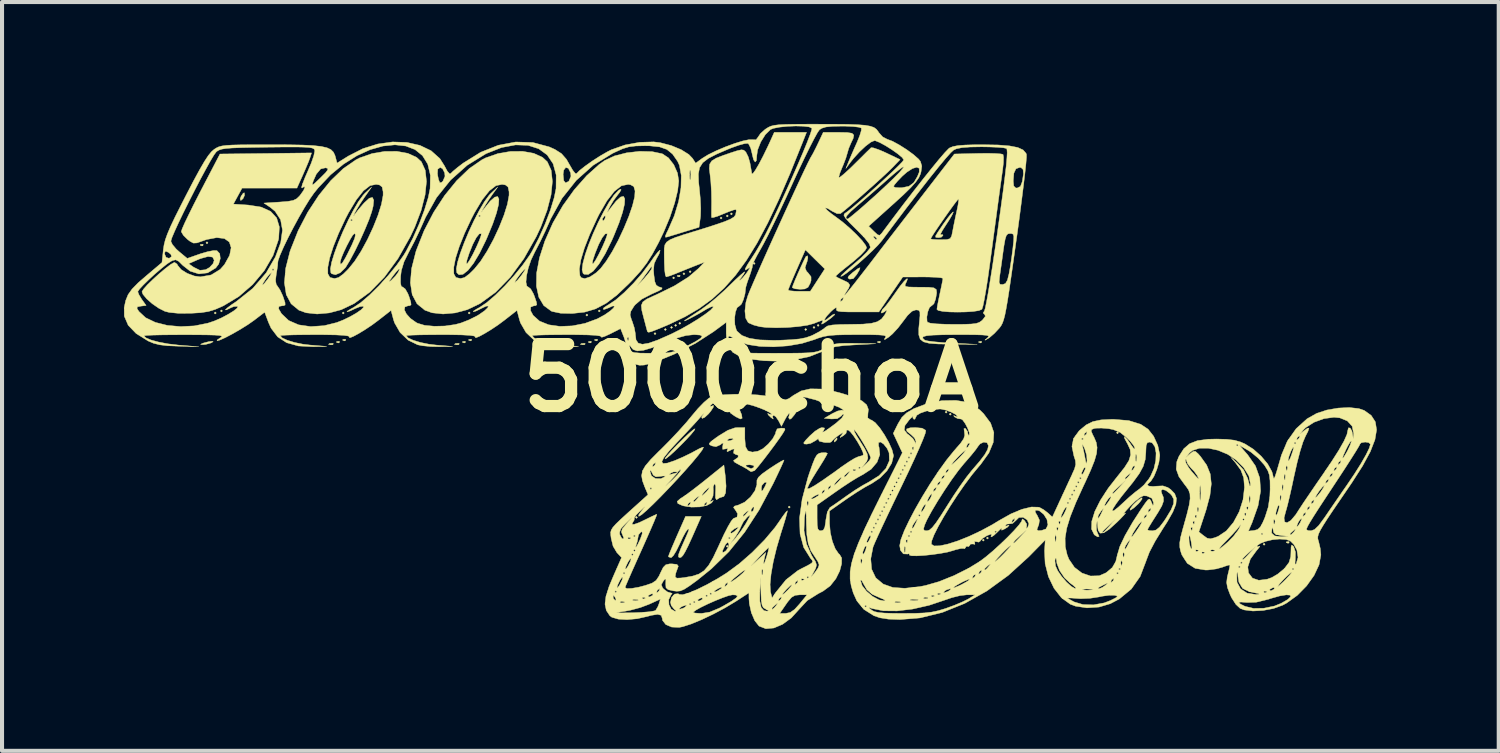
<source format=kicad_pcb>
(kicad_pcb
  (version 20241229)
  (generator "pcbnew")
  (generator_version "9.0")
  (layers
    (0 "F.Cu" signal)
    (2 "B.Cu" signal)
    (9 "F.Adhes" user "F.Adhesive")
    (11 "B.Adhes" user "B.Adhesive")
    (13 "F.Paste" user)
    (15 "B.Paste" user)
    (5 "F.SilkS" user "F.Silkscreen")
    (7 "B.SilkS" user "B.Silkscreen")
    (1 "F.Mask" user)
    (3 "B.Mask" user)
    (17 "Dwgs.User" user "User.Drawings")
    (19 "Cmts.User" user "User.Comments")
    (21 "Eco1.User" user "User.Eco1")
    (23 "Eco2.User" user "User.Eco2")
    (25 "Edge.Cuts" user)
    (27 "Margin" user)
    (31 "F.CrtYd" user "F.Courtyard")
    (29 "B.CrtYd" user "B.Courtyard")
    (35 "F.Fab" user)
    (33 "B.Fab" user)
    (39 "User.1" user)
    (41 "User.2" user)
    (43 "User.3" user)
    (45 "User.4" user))
  (footprint "5000choA"
    (layer "F.Cu")
    (at 15.428 6.251)
    (property "Reference" "5000choA" (at 0 0 0) (layer "F.SilkS") (effects (font (size 1.524 1.524) (thickness 0.3))))
    (attr through_hole)
    (fp_poly (pts (xy -13.36 -3.327) (xy -13.386 -3.302) (xy -13.411 -3.327) (xy -13.386 -3.353) (xy -13.36 -3.327)) (stroke (width 0.01) (type solid)) (fill yes) (layer "F.SilkS"))
    (fp_poly (pts (xy -13.157 -1.6) (xy -13.183 -1.575) (xy -13.208 -1.6) (xy -13.183 -1.626) (xy -13.157 -1.6)) (stroke (width 0.01) (type solid)) (fill yes) (layer "F.SilkS"))
    (fp_poly (pts (xy -13.005 -1.651) (xy -13.03 -1.626) (xy -13.056 -1.651) (xy -13.03 -1.676) (xy -13.005 -1.651)) (stroke (width 0.01) (type solid)) (fill yes) (layer "F.SilkS"))
    (fp_poly (pts (xy -10.008 -1.6) (xy -10.033 -1.575) (xy -10.058 -1.6) (xy -10.033 -1.626) (xy -10.008 -1.6)) (stroke (width 0.01) (type solid)) (fill yes) (layer "F.SilkS"))
    (fp_poly (pts (xy -6.909 -1.6) (xy -6.934 -1.575) (xy -6.96 -1.6) (xy -6.934 -1.626) (xy -6.909 -1.6)) (stroke (width 0.01) (type solid)) (fill yes) (layer "F.SilkS"))
    (fp_poly (pts (xy -4.013 -1.549) (xy -4.039 -1.524) (xy -4.064 -1.549) (xy -4.039 -1.575) (xy -4.013 -1.549)) (stroke (width 0.01) (type solid)) (fill yes) (layer "F.SilkS"))
    (fp_poly (pts (xy -3.708 -1.651) (xy -3.734 -1.626) (xy -3.759 -1.651) (xy -3.734 -1.676) (xy -3.708 -1.651)) (stroke (width 0.01) (type solid)) (fill yes) (layer "F.SilkS"))
    (fp_poly (pts (xy -2.794 3.429) (xy -2.819 3.454) (xy -2.845 3.429) (xy -2.819 3.404) (xy -2.794 3.429)) (stroke (width 0.01) (type solid)) (fill yes) (layer "F.SilkS"))
    (fp_poly (pts (xy -2.337 -1.092) (xy -2.362 -1.067) (xy -2.388 -1.092) (xy -2.362 -1.118) (xy -2.337 -1.092)) (stroke (width 0.01) (type solid)) (fill yes) (layer "F.SilkS"))
    (fp_poly (pts (xy -2.083 -1.194) (xy -2.108 -1.168) (xy -2.134 -1.194) (xy -2.108 -1.219) (xy -2.083 -1.194)) (stroke (width 0.01) (type solid)) (fill yes) (layer "F.SilkS"))
    (fp_poly (pts (xy -1.93 -1.245) (xy -1.956 -1.219) (xy -1.981 -1.245) (xy -1.956 -1.27) (xy -1.93 -1.245)) (stroke (width 0.01) (type solid)) (fill yes) (layer "F.SilkS"))
    (fp_poly (pts (xy -1.88 -2.464) (xy -1.905 -2.438) (xy -1.93 -2.464) (xy -1.905 -2.489) (xy -1.88 -2.464)) (stroke (width 0.01) (type solid)) (fill yes) (layer "F.SilkS"))
    (fp_poly (pts (xy -1.829 -1.295) (xy -1.854 -1.27) (xy -1.88 -1.295) (xy -1.854 -1.321) (xy -1.829 -1.295)) (stroke (width 0.01) (type solid)) (fill yes) (layer "F.SilkS"))
    (fp_poly (pts (xy -1.727 -1.346) (xy -1.753 -1.321) (xy -1.778 -1.346) (xy -1.753 -1.372) (xy -1.727 -1.346)) (stroke (width 0.01) (type solid)) (fill yes) (layer "F.SilkS"))
    (fp_poly (pts (xy -1.626 -2.565) (xy -1.651 -2.54) (xy -1.676 -2.565) (xy -1.651 -2.591) (xy -1.626 -2.565)) (stroke (width 0.01) (type solid)) (fill yes) (layer "F.SilkS"))
    (fp_poly (pts (xy -1.473 -2.616) (xy -1.499 -2.591) (xy -1.524 -2.616) (xy -1.499 -2.642) (xy -1.473 -2.616)) (stroke (width 0.01) (type solid)) (fill yes) (layer "F.SilkS"))
    (fp_poly (pts (xy -0.762 0.686) (xy -0.787 0.711) (xy -0.813 0.686) (xy -0.787 0.66) (xy -0.762 0.686)) (stroke (width 0.01) (type solid)) (fill yes) (layer "F.SilkS"))
    (fp_poly (pts (xy -0.711 -3.937) (xy -0.737 -3.912) (xy -0.762 -3.937) (xy -0.737 -3.962) (xy -0.711 -3.937)) (stroke (width 0.01) (type solid)) (fill yes) (layer "F.SilkS"))
    (fp_poly (pts (xy -0.559 -3.988) (xy -0.584 -3.962) (xy -0.61 -3.988) (xy -0.584 -4.013) (xy -0.559 -3.988)) (stroke (width 0.01) (type solid)) (fill yes) (layer "F.SilkS"))
    (fp_poly (pts (xy -0.559 4.14) (xy -0.584 4.166) (xy -0.61 4.14) (xy -0.584 4.115) (xy -0.559 4.14)) (stroke (width 0.01) (type solid)) (fill yes) (layer "F.SilkS"))
    (fp_poly (pts (xy -0.457 -4.039) (xy -0.483 -4.013) (xy -0.508 -4.039) (xy -0.483 -4.064) (xy -0.457 -4.039)) (stroke (width 0.01) (type solid)) (fill yes) (layer "F.SilkS"))
    (fp_poly (pts (xy 0.102 -2.819) (xy 0.076 -2.794) (xy 0.051 -2.819) (xy 0.076 -2.845) (xy 0.102 -2.819)) (stroke (width 0.01) (type solid)) (fill yes) (layer "F.SilkS"))
    (fp_poly (pts (xy 0.965 3.175) (xy 0.94 3.2) (xy 0.914 3.175) (xy 0.94 3.15) (xy 0.965 3.175)) (stroke (width 0.01) (type solid)) (fill yes) (layer "F.SilkS"))
    (fp_poly (pts (xy 1.372 -1.194) (xy 1.346 -1.168) (xy 1.321 -1.194) (xy 1.346 -1.219) (xy 1.372 -1.194)) (stroke (width 0.01) (type solid)) (fill yes) (layer "F.SilkS"))
    (fp_poly (pts (xy 1.575 -1.245) (xy 1.549 -1.219) (xy 1.524 -1.245) (xy 1.549 -1.27) (xy 1.575 -1.245)) (stroke (width 0.01) (type solid)) (fill yes) (layer "F.SilkS"))
    (fp_poly (pts (xy 1.676 -1.295) (xy 1.651 -1.27) (xy 1.626 -1.295) (xy 1.651 -1.321) (xy 1.676 -1.295)) (stroke (width 0.01) (type solid)) (fill yes) (layer "F.SilkS"))
    (fp_poly (pts (xy 4.826 0.838) (xy 4.801 0.864) (xy 4.775 0.838) (xy 4.801 0.813) (xy 4.826 0.838)) (stroke (width 0.01) (type solid)) (fill yes) (layer "F.SilkS"))
    (fp_poly (pts (xy 4.928 0.889) (xy 4.902 0.914) (xy 4.877 0.889) (xy 4.902 0.864) (xy 4.928 0.889)) (stroke (width 0.01) (type solid)) (fill yes) (layer "F.SilkS"))
    (fp_poly (pts (xy 5.74 3.988) (xy 5.715 4.013) (xy 5.69 3.988) (xy 5.715 3.962) (xy 5.74 3.988)) (stroke (width 0.01) (type solid)) (fill yes) (layer "F.SilkS"))
    (fp_poly (pts (xy 5.842 3.937) (xy 5.817 3.962) (xy 5.791 3.937) (xy 5.817 3.912) (xy 5.842 3.937)) (stroke (width 0.01) (type solid)) (fill yes) (layer "F.SilkS"))
    (fp_poly (pts (xy 9.042 1.346) (xy 9.017 1.372) (xy 8.992 1.346) (xy 9.017 1.321) (xy 9.042 1.346)) (stroke (width 0.01) (type solid)) (fill yes) (layer "F.SilkS"))
    (fp_poly (pts (xy 12.649 4.089) (xy 12.624 4.115) (xy 12.598 4.089) (xy 12.624 4.064) (xy 12.649 4.089)) (stroke (width 0.01) (type solid)) (fill yes) (layer "F.SilkS"))
    (fp_poly (pts (xy -13.479 -3.285) (xy -13.486 -3.255) (xy -13.513 -3.251) (xy -13.555 -3.27) (xy -13.547 -3.285) (xy -13.486 -3.291) (xy -13.479 -3.285)) (stroke (width 0.01) (type solid)) (fill yes) (layer "F.SilkS"))
    (fp_poly (pts (xy -10.275 -0.843) (xy -10.291 -0.82) (xy -10.342 -0.817) (xy -10.396 -0.829) (xy -10.373 -0.848) (xy -10.293 -0.854) (xy -10.275 -0.843)) (stroke (width 0.01) (type solid)) (fill yes) (layer "F.SilkS"))
    (fp_poly (pts (xy -10.126 -0.897) (xy -10.133 -0.867) (xy -10.16 -0.864) (xy -10.202 -0.882) (xy -10.194 -0.897) (xy -10.134 -0.904) (xy -10.126 -0.897)) (stroke (width 0.01) (type solid)) (fill yes) (layer "F.SilkS"))
    (fp_poly (pts (xy -9.974 -0.948) (xy -9.981 -0.918) (xy -10.008 -0.914) (xy -10.049 -0.933) (xy -10.041 -0.948) (xy -9.981 -0.954) (xy -9.974 -0.948)) (stroke (width 0.01) (type solid)) (fill yes) (layer "F.SilkS"))
    (fp_poly (pts (xy -7.177 -0.843) (xy -7.192 -0.82) (xy -7.243 -0.817) (xy -7.297 -0.829) (xy -7.274 -0.848) (xy -7.195 -0.854) (xy -7.177 -0.843)) (stroke (width 0.01) (type solid)) (fill yes) (layer "F.SilkS"))
    (fp_poly (pts (xy -7.027 -0.897) (xy -7.034 -0.867) (xy -7.061 -0.864) (xy -7.103 -0.882) (xy -7.095 -0.897) (xy -7.035 -0.904) (xy -7.027 -0.897)) (stroke (width 0.01) (type solid)) (fill yes) (layer "F.SilkS"))
    (fp_poly (pts (xy -6.875 -0.948) (xy -6.882 -0.918) (xy -6.909 -0.914) (xy -6.951 -0.933) (xy -6.943 -0.948) (xy -6.882 -0.954) (xy -6.875 -0.948)) (stroke (width 0.01) (type solid)) (fill yes) (layer "F.SilkS"))
    (fp_poly (pts (xy -4.078 -0.843) (xy -4.093 -0.82) (xy -4.144 -0.817) (xy -4.199 -0.829) (xy -4.175 -0.848) (xy -4.096 -0.854) (xy -4.078 -0.843)) (stroke (width 0.01) (type solid)) (fill yes) (layer "F.SilkS"))
    (fp_poly (pts (xy -3.929 -0.897) (xy -3.936 -0.867) (xy -3.962 -0.864) (xy -4.004 -0.882) (xy -3.996 -0.897) (xy -3.936 -0.904) (xy -3.929 -0.897)) (stroke (width 0.01) (type solid)) (fill yes) (layer "F.SilkS"))
    (fp_poly (pts (xy -3.776 -0.948) (xy -3.783 -0.918) (xy -3.81 -0.914) (xy -3.852 -0.933) (xy -3.844 -0.948) (xy -3.784 -0.954) (xy -3.776 -0.948)) (stroke (width 0.01) (type solid)) (fill yes) (layer "F.SilkS"))
    (fp_poly (pts (xy -1.744 -2.523) (xy -1.751 -2.493) (xy -1.778 -2.489) (xy -1.82 -2.508) (xy -1.812 -2.523) (xy -1.752 -2.529) (xy -1.744 -2.523)) (stroke (width 0.01) (type solid)) (fill yes) (layer "F.SilkS"))
    (fp_poly (pts (xy 3.183 -0.897) (xy 3.176 -0.867) (xy 3.15 -0.864) (xy 3.108 -0.882) (xy 3.116 -0.897) (xy 3.176 -0.904) (xy 3.183 -0.897)) (stroke (width 0.01) (type solid)) (fill yes) (layer "F.SilkS"))
    (fp_poly (pts (xy 5.673 -0.897) (xy 5.666 -0.867) (xy 5.639 -0.864) (xy 5.597 -0.882) (xy 5.605 -0.897) (xy 5.665 -0.904) (xy 5.673 -0.897)) (stroke (width 0.01) (type solid)) (fill yes) (layer "F.SilkS"))
    (fp_poly (pts (xy 13.242 4.03) (xy 13.235 4.06) (xy 13.208 4.064) (xy 13.166 4.045) (xy 13.174 4.03) (xy 13.234 4.024) (xy 13.242 4.03)) (stroke (width 0.01) (type solid)) (fill yes) (layer "F.SilkS"))
    (fp_poly (pts (xy -12.461 -4.495) (xy -12.498 -4.414) (xy -12.551 -4.369) (xy -12.555 -4.369) (xy -12.571 -4.406) (xy -12.545 -4.475) (xy -12.494 -4.548) (xy -12.466 -4.558) (xy -12.461 -4.495)) (stroke (width 0.01) (type solid)) (fill yes) (layer "F.SilkS"))
    (fp_poly (pts (xy 2.118 1.506) (xy 2.108 1.524) (xy 2.06 1.573) (xy 2.051 1.575) (xy 2.048 1.542) (xy 2.057 1.524) (xy 2.105 1.475) (xy 2.114 1.473) (xy 2.118 1.506)) (stroke (width 0.01) (type solid)) (fill yes) (layer "F.SilkS"))
    (fp_poly (pts (xy -13.233 -0.895) (xy -13.284 -0.864) (xy -13.418 -0.827) (xy -13.487 -0.821) (xy -13.543 -0.828) (xy -13.507 -0.848) (xy -13.462 -0.864) (xy -13.342 -0.895) (xy -13.259 -0.905) (xy -13.233 -0.895)) (stroke (width 0.01) (type solid)) (fill yes) (layer "F.SilkS"))
    (fp_poly (pts (xy -0.282 0.779) (xy -0.231 0.902) (xy -0.218 0.99) (xy -0.261 1.008) (xy -0.368 0.956) (xy -0.417 0.925) (xy -0.507 0.86) (xy -0.519 0.82) (xy -0.457 0.774) (xy -0.449 0.769) (xy -0.351 0.732) (xy -0.282 0.779)) (stroke (width 0.01) (type solid)) (fill yes) (layer "F.SilkS"))
    (fp_poly (pts (xy 2.666 -2.658) (xy 2.603 -2.549) (xy 2.515 -2.445) (xy 2.428 -2.433) (xy 2.426 -2.434) (xy 2.384 -2.462) (xy 2.405 -2.51) (xy 2.501 -2.595) (xy 2.515 -2.606) (xy 2.634 -2.696) (xy 2.683 -2.714) (xy 2.666 -2.658)) (stroke (width 0.01) (type solid)) (fill yes) (layer "F.SilkS"))
    (fp_poly (pts (xy 9.621 2.978) (xy 9.563 3.057) (xy 9.525 3.099) (xy 9.422 3.194) (xy 9.343 3.247) (xy 9.328 3.251) (xy 9.328 3.22) (xy 9.386 3.14) (xy 9.423 3.099) (xy 9.526 3.003) (xy 9.605 2.95) (xy 9.62 2.946) (xy 9.621 2.978)) (stroke (width 0.01) (type solid)) (fill yes) (layer "F.SilkS"))
    (fp_poly (pts (xy -1.398 1.292) (xy -1.476 1.387) (xy -1.593 1.515) (xy -1.731 1.656) (xy -1.871 1.793) (xy -1.997 1.907) (xy -2.09 1.98) (xy -2.108 1.991) (xy -2.116 1.979) (xy -2.061 1.907) (xy -1.954 1.787) (xy -1.806 1.633) (xy -1.644 1.472) (xy -1.508 1.346) (xy -1.414 1.267) (xy -1.377 1.248) (xy -1.398 1.292)) (stroke (width 0.01) (type solid)) (fill yes) (layer "F.SilkS"))
    (fp_poly (pts (xy 4.978 -4.084) (xy 4.952 -4.02) (xy 4.883 -3.901) (xy 4.795 -3.765) (xy 4.71 -3.633) (xy 4.665 -3.547) (xy 4.667 -3.527) (xy 4.668 -3.527) (xy 4.719 -3.528) (xy 4.724 -3.508) (xy 4.682 -3.465) (xy 4.617 -3.454) (xy 4.547 -3.46) (xy 4.54 -3.493) (xy 4.593 -3.582) (xy 4.601 -3.594) (xy 4.725 -3.778) (xy 4.836 -3.933) (xy 4.923 -4.041) (xy 4.972 -4.088) (xy 4.978 -4.084)) (stroke (width 0.01) (type solid)) (fill yes) (layer "F.SilkS"))
    (fp_poly (pts (xy 1.399 -2.956) (xy 1.38 -2.865) (xy 1.364 -2.824) (xy 1.33 -2.714) (xy 1.363 -2.631) (xy 1.407 -2.584) (xy 1.477 -2.492) (xy 1.477 -2.396) (xy 1.456 -2.332) (xy 1.403 -2.233) (xy 1.321 -2.191) (xy 1.208 -2.184) (xy 1.085 -2.195) (xy 1.019 -2.221) (xy 1.016 -2.229) (xy 1.036 -2.29) (xy 1.086 -2.414) (xy 1.155 -2.573) (xy 1.229 -2.738) (xy 1.296 -2.882) (xy 1.343 -2.975) (xy 1.354 -2.993) (xy 1.39 -3.008) (xy 1.399 -2.956)) (stroke (width 0.01) (type solid)) (fill yes) (layer "F.SilkS"))
    (fp_poly (pts (xy -1.318 3.619) (xy -1.449 3.916) (xy -1.548 4.131) (xy -1.621 4.276) (xy -1.675 4.365) (xy -1.717 4.408) (xy -1.751 4.42) (xy -1.786 4.402) (xy -1.781 4.339) (xy -1.733 4.211) (xy -1.696 4.128) (xy -1.606 3.924) (xy -1.551 3.797) (xy -1.528 3.732) (xy -1.531 3.712) (xy -1.555 3.721) (xy -1.56 3.725) (xy -1.606 3.785) (xy -1.676 3.913) (xy -1.754 4.08) (xy -1.758 4.089) (xy -1.838 4.252) (xy -1.911 4.37) (xy -1.964 4.419) (xy -1.967 4.42) (xy -2.027 4.401) (xy -2.032 4.39) (xy -2.013 4.333) (xy -1.961 4.205) (xy -1.885 4.027) (xy -1.822 3.882) (xy -1.611 3.404) (xy -1.223 3.404) (xy -1.318 3.619)) (stroke (width 0.01) (type solid)) (fill yes) (layer "F.SilkS"))
    (fp_poly (pts (xy -6.36 -4.521) (xy -6.466 -4.367) (xy -6.562 -4.214) (xy -6.576 -4.191) (xy -6.631 -4.093) (xy -6.635 -4.078) (xy -6.586 -4.142) (xy -6.57 -4.164) (xy -6.418 -4.352) (xy -6.306 -4.45) (xy -6.234 -4.466) (xy -6.203 -4.403) (xy -6.212 -4.266) (xy -6.262 -4.062) (xy -6.354 -3.794) (xy -6.488 -3.469) (xy -6.524 -3.386) (xy -6.679 -3.071) (xy -6.828 -2.822) (xy -6.966 -2.647) (xy -7.087 -2.552) (xy -7.185 -2.541) (xy -7.239 -2.591) (xy -7.25 -2.688) (xy -7.225 -2.817) (xy -7.004 -2.817) (xy -6.982 -2.815) (xy -6.927 -2.892) (xy -6.843 -3.044) (xy -6.755 -3.226) (xy -6.686 -3.383) (xy -6.643 -3.501) (xy -6.635 -3.553) (xy -6.687 -3.546) (xy -6.76 -3.454) (xy -6.846 -3.289) (xy -6.933 -3.073) (xy -6.989 -2.902) (xy -7.004 -2.817) (xy -7.225 -2.817) (xy -7.218 -2.855) (xy -7.151 -3.075) (xy -7.056 -3.329) (xy -6.943 -3.601) (xy -6.817 -3.871) (xy -6.756 -3.988) (xy -6.706 -3.988) (xy -6.68 -3.962) (xy -6.655 -3.988) (xy -6.68 -4.013) (xy -6.706 -3.988) (xy -6.756 -3.988) (xy -6.687 -4.122) (xy -6.561 -4.336) (xy -6.446 -4.495) (xy -6.397 -4.547) (xy -6.232 -4.699) (xy -6.36 -4.521)) (stroke (width 0.01) (type solid)) (fill yes) (layer "F.SilkS"))
    (fp_poly (pts (xy -3.196 -4.631) (xy -3.239 -4.559) (xy -3.274 -4.515) (xy -3.384 -4.367) (xy -3.475 -4.214) (xy -3.483 -4.198) (xy -3.531 -4.095) (xy -3.532 -4.078) (xy -3.485 -4.14) (xy -3.468 -4.164) (xy -3.319 -4.353) (xy -3.209 -4.453) (xy -3.138 -4.47) (xy -3.106 -4.41) (xy -3.113 -4.277) (xy -3.16 -4.078) (xy -3.247 -3.817) (xy -3.375 -3.5) (xy -3.425 -3.386) (xy -3.587 -3.057) (xy -3.741 -2.804) (xy -3.881 -2.632) (xy -4.005 -2.548) (xy -4.107 -2.554) (xy -4.132 -2.574) (xy -4.156 -2.664) (xy -4.137 -2.817) (xy -3.906 -2.817) (xy -3.883 -2.815) (xy -3.828 -2.892) (xy -3.745 -3.044) (xy -3.656 -3.226) (xy -3.588 -3.383) (xy -3.545 -3.501) (xy -3.537 -3.553) (xy -3.588 -3.546) (xy -3.661 -3.454) (xy -3.747 -3.289) (xy -3.834 -3.073) (xy -3.891 -2.902) (xy -3.906 -2.817) (xy -4.137 -2.817) (xy -4.136 -2.824) (xy -4.079 -3.038) (xy -3.992 -3.289) (xy -3.882 -3.559) (xy -3.758 -3.832) (xy -3.719 -3.909) (xy -3.658 -3.909) (xy -3.641 -3.862) (xy -3.604 -3.903) (xy -3.587 -3.94) (xy -3.584 -3.992) (xy -3.607 -3.987) (xy -3.656 -3.922) (xy -3.658 -3.909) (xy -3.719 -3.909) (xy -3.626 -4.091) (xy -3.495 -4.32) (xy -3.371 -4.5) (xy -3.262 -4.616) (xy -3.213 -4.646) (xy -3.196 -4.631)) (stroke (width 0.01) (type solid)) (fill yes) (layer "F.SilkS"))
    (fp_poly (pts (xy -9.512 -4.445) (xy -9.619 -4.285) (xy -9.708 -4.139) (xy -9.748 -4.064) (xy -9.783 -3.985) (xy -9.772 -3.991) (xy -9.742 -4.035) (xy -9.669 -4.132) (xy -9.56 -4.261) (xy -9.513 -4.314) (xy -9.392 -4.424) (xy -9.315 -4.444) (xy -9.283 -4.376) (xy -9.298 -4.224) (xy -9.331 -4.094) (xy -9.399 -3.898) (xy -9.5 -3.653) (xy -9.619 -3.387) (xy -9.745 -3.127) (xy -9.865 -2.902) (xy -9.965 -2.737) (xy -9.986 -2.708) (xy -10.106 -2.591) (xy -10.224 -2.541) (xy -10.317 -2.566) (xy -10.338 -2.591) (xy -10.348 -2.687) (xy -10.318 -2.846) (xy -10.109 -2.846) (xy -10.096 -2.797) (xy -10.053 -2.833) (xy -9.978 -2.958) (xy -9.93 -3.051) (xy -9.816 -3.284) (xy -9.751 -3.439) (xy -9.732 -3.526) (xy -9.754 -3.556) (xy -9.758 -3.556) (xy -9.8 -3.514) (xy -9.866 -3.405) (xy -9.944 -3.257) (xy -10.02 -3.099) (xy -10.079 -2.957) (xy -10.108 -2.859) (xy -10.109 -2.846) (xy -10.318 -2.846) (xy -10.316 -2.854) (xy -10.249 -3.074) (xy -10.155 -3.329) (xy -10.042 -3.6) (xy -9.916 -3.87) (xy -9.908 -3.886) (xy -9.855 -3.886) (xy -9.83 -3.861) (xy -9.804 -3.886) (xy -9.83 -3.912) (xy -9.855 -3.886) (xy -9.908 -3.886) (xy -9.787 -4.121) (xy -9.661 -4.336) (xy -9.546 -4.495) (xy -9.498 -4.547) (xy -9.334 -4.699) (xy -9.512 -4.445)) (stroke (width 0.01) (type solid)) (fill yes) (layer "F.SilkS"))
    (fp_poly (pts (xy -8.443 -5.528) (xy -8.227 -5.429) (xy -8.11 -5.321) (xy -8.015 -5.112) (xy -7.985 -4.837) (xy -8.019 -4.506) (xy -8.115 -4.129) (xy -8.272 -3.715) (xy -8.382 -3.48) (xy -8.686 -2.939) (xy -9.021 -2.481) (xy -9.382 -2.111) (xy -9.765 -1.833) (xy -10.082 -1.681) (xy -10.378 -1.602) (xy -10.676 -1.576) (xy -10.946 -1.605) (xy -11.122 -1.668) (xy -11.315 -1.826) (xy -11.435 -2.051) (xy -11.48 -2.342) (xy -11.45 -2.695) (xy -11.442 -2.727) (xy -10.412 -2.727) (xy -10.412 -2.565) (xy -10.362 -2.478) (xy -10.351 -2.472) (xy -10.247 -2.448) (xy -10.148 -2.473) (xy -10.03 -2.56) (xy -9.907 -2.682) (xy -9.752 -2.873) (xy -9.591 -3.124) (xy -9.435 -3.411) (xy -9.294 -3.714) (xy -9.176 -4.01) (xy -9.092 -4.278) (xy -9.052 -4.496) (xy -9.052 -4.583) (xy -9.076 -4.7) (xy -9.141 -4.751) (xy -9.225 -4.765) (xy -9.375 -4.733) (xy -9.536 -4.608) (xy -9.71 -4.388) (xy -9.9 -4.071) (xy -9.979 -3.919) (xy -10.147 -3.56) (xy -10.277 -3.235) (xy -10.367 -2.954) (xy -10.412 -2.727) (xy -11.442 -2.727) (xy -11.345 -3.108) (xy -11.33 -3.153) (xy -11.142 -3.626) (xy -10.907 -4.078) (xy -10.636 -4.493) (xy -10.34 -4.857) (xy -10.031 -5.154) (xy -9.719 -5.37) (xy -9.625 -5.418) (xy -9.323 -5.523) (xy -9.012 -5.576) (xy -8.711 -5.577) (xy -8.443 -5.528)) (stroke (width 0.01) (type solid)) (fill yes) (layer "F.SilkS"))
    (fp_poly (pts (xy -5.344 -5.528) (xy -5.129 -5.429) (xy -5.012 -5.321) (xy -4.917 -5.112) (xy -4.887 -4.837) (xy -4.92 -4.506) (xy -5.017 -4.129) (xy -5.173 -3.715) (xy -5.283 -3.48) (xy -5.588 -2.939) (xy -5.922 -2.481) (xy -6.283 -2.111) (xy -6.666 -1.833) (xy -6.983 -1.681) (xy -7.279 -1.602) (xy -7.577 -1.576) (xy -7.847 -1.605) (xy -8.023 -1.668) (xy -8.217 -1.826) (xy -8.336 -2.051) (xy -8.381 -2.342) (xy -8.351 -2.695) (xy -8.343 -2.727) (xy -7.313 -2.727) (xy -7.313 -2.565) (xy -7.263 -2.478) (xy -7.252 -2.472) (xy -7.148 -2.448) (xy -7.049 -2.473) (xy -6.932 -2.56) (xy -6.808 -2.682) (xy -6.653 -2.873) (xy -6.492 -3.124) (xy -6.336 -3.411) (xy -6.195 -3.714) (xy -6.077 -4.01) (xy -5.993 -4.278) (xy -5.953 -4.496) (xy -5.953 -4.583) (xy -5.978 -4.7) (xy -6.042 -4.751) (xy -6.126 -4.765) (xy -6.276 -4.733) (xy -6.437 -4.608) (xy -6.612 -4.388) (xy -6.801 -4.071) (xy -6.88 -3.919) (xy -7.048 -3.56) (xy -7.178 -3.235) (xy -7.268 -2.954) (xy -7.313 -2.727) (xy -8.343 -2.727) (xy -8.246 -3.108) (xy -8.231 -3.153) (xy -8.043 -3.626) (xy -7.808 -4.078) (xy -7.537 -4.493) (xy -7.241 -4.857) (xy -6.932 -5.154) (xy -6.62 -5.37) (xy -6.526 -5.418) (xy -6.225 -5.523) (xy -5.913 -5.576) (xy -5.613 -5.577) (xy -5.344 -5.528)) (stroke (width 0.01) (type solid)) (fill yes) (layer "F.SilkS"))
    (fp_poly (pts (xy -2.432 -5.57) (xy -2.184 -5.518) (xy -2.032 -5.418) (xy -1.9 -5.248) (xy -1.809 -5.043) (xy -1.778 -4.849) (xy -1.805 -4.607) (xy -1.88 -4.303) (xy -1.995 -3.959) (xy -2.145 -3.6) (xy -2.272 -3.336) (xy -2.425 -3.053) (xy -2.566 -2.829) (xy -2.721 -2.627) (xy -2.916 -2.412) (xy -3 -2.326) (xy -3.297 -2.043) (xy -3.565 -1.839) (xy -3.824 -1.702) (xy -4.092 -1.622) (xy -4.391 -1.589) (xy -4.394 -1.588) (xy -4.681 -1.594) (xy -4.889 -1.637) (xy -4.914 -1.647) (xy -5.1 -1.784) (xy -5.222 -1.991) (xy -5.28 -2.261) (xy -5.275 -2.586) (xy -5.257 -2.678) (xy -4.225 -2.678) (xy -4.211 -2.522) (xy -4.18 -2.47) (xy -4.09 -2.446) (xy -3.959 -2.49) (xy -3.808 -2.592) (xy -3.701 -2.694) (xy -3.562 -2.875) (xy -3.413 -3.114) (xy -3.265 -3.391) (xy -3.127 -3.686) (xy -3.007 -3.976) (xy -2.916 -4.241) (xy -2.862 -4.461) (xy -2.853 -4.603) (xy -2.884 -4.711) (xy -2.965 -4.756) (xy -3.024 -4.765) (xy -3.188 -4.73) (xy -3.362 -4.595) (xy -3.546 -4.36) (xy -3.739 -4.026) (xy -3.785 -3.933) (xy -3.965 -3.542) (xy -4.1 -3.197) (xy -4.187 -2.906) (xy -4.225 -2.678) (xy -5.257 -2.678) (xy -5.205 -2.957) (xy -5.073 -3.368) (xy -4.877 -3.81) (xy -4.869 -3.825) (xy -4.63 -4.24) (xy -4.349 -4.632) (xy -4.043 -4.979) (xy -3.732 -5.258) (xy -3.597 -5.354) (xy -3.359 -5.465) (xy -3.061 -5.541) (xy -2.74 -5.578) (xy -2.432 -5.57)) (stroke (width 0.01) (type solid)) (fill yes) (layer "F.SilkS"))
    (fp_poly (pts (xy -10.849 -5.427) (xy -10.887 -5.323) (xy -10.954 -5.164) (xy -11.028 -4.994) (xy -11.172 -4.674) (xy -11.847 -4.673) (xy -12.522 -4.673) (xy -12.629 -4.476) (xy -12.736 -4.28) (xy -12.369 -4.256) (xy -12.051 -4.206) (xy -11.819 -4.1) (xy -11.671 -3.938) (xy -11.605 -3.718) (xy -11.621 -3.439) (xy -11.63 -3.395) (xy -11.76 -3.014) (xy -11.975 -2.643) (xy -12.261 -2.301) (xy -12.601 -2.006) (xy -12.981 -1.777) (xy -12.988 -1.774) (xy -13.181 -1.689) (xy -13.35 -1.637) (xy -13.537 -1.608) (xy -13.784 -1.593) (xy -13.79 -1.593) (xy -14.084 -1.592) (xy -14.311 -1.614) (xy -14.42 -1.641) (xy -14.574 -1.719) (xy -14.733 -1.829) (xy -14.87 -1.95) (xy -14.961 -2.06) (xy -14.985 -2.124) (xy -14.947 -2.187) (xy -14.851 -2.295) (xy -14.715 -2.427) (xy -14.561 -2.567) (xy -14.409 -2.695) (xy -14.281 -2.793) (xy -14.195 -2.842) (xy -14.182 -2.845) (xy -14.123 -2.804) (xy -14.104 -2.769) (xy -14.022 -2.669) (xy -13.875 -2.577) (xy -13.699 -2.511) (xy -13.548 -2.489) (xy -13.283 -2.536) (xy -13.06 -2.673) (xy -12.954 -2.793) (xy -12.828 -3.02) (xy -12.791 -3.207) (xy -12.836 -3.347) (xy -12.956 -3.432) (xy -13.144 -3.455) (xy -13.393 -3.408) (xy -13.496 -3.372) (xy -13.632 -3.325) (xy -13.719 -3.32) (xy -13.801 -3.363) (xy -13.863 -3.41) (xy -13.963 -3.508) (xy -14.015 -3.594) (xy -14.017 -3.607) (xy -13.995 -3.673) (xy -13.933 -3.815) (xy -13.836 -4.016) (xy -13.714 -4.263) (xy -13.572 -4.541) (xy -13.543 -4.597) (xy -13.066 -5.512) (xy -11.94 -5.525) (xy -10.813 -5.539) (xy -10.849 -5.427)) (stroke (width 0.01) (type solid)) (fill yes) (layer "F.SilkS"))
    (fp_poly (pts (xy -0.633 2.408) (xy -0.614 2.657) (xy -0.626 2.828) (xy -0.668 2.913) (xy -0.694 2.921) (xy -0.781 2.95) (xy -0.792 2.959) (xy -0.85 2.995) (xy -0.876 2.947) (xy -0.874 2.808) (xy -0.872 2.787) (xy -0.869 2.655) (xy -0.89 2.605) (xy -0.902 2.608) (xy -0.931 2.676) (xy -0.927 2.768) (xy -0.934 2.899) (xy -0.972 2.982) (xy -1.015 3.042) (xy -0.989 3.038) (xy -0.965 3.025) (xy -0.926 3.012) (xy -0.962 3.06) (xy -0.976 3.075) (xy -1.089 3.136) (xy -1.147 3.148) (xy -1.103 3.114) (xy -1.092 3.099) (xy -1.079 3.051) (xy -1.086 3.048) (xy -1.133 3.084) (xy -1.143 3.099) (xy -1.156 3.146) (xy -1.151 3.149) (xy -1.264 3.171) (xy -1.465 3.176) (xy -1.655 3.147) (xy -1.658 3.146) (xy -1.562 3.146) (xy -1.555 3.15) (xy -1.509 3.114) (xy -1.499 3.099) (xy -1.486 3.051) (xy -1.493 3.048) (xy -1.539 3.084) (xy -1.549 3.099) (xy -1.562 3.146) (xy -1.658 3.146) (xy -1.69 3.137) (xy -1.8 3.087) (xy -1.815 3.035) (xy -1.792 3.014) (xy -1.412 3.014) (xy -1.412 3.047) (xy -1.403 3.048) (xy -1.361 3.013) (xy -1.314 2.959) (xy -1.27 2.899) (xy -1.297 2.912) (xy -1.333 2.94) (xy -1.412 3.014) (xy -1.792 3.014) (xy -1.736 2.965) (xy -1.689 2.936) (xy -1.63 2.896) (xy -1.21 2.896) (xy -1.161 2.862) (xy -1.092 2.794) (xy -1.034 2.72) (xy -1.026 2.692) (xy -1.075 2.726) (xy -1.143 2.794) (xy -1.202 2.868) (xy -1.21 2.896) (xy -1.63 2.896) (xy -1.592 2.87) (xy -1.44 2.757) (xy -1.255 2.614) (xy -1.108 2.497) (xy -0.667 2.142) (xy -0.633 2.408)) (stroke (width 0.01) (type solid)) (fill yes) (layer "F.SilkS"))
    (fp_poly (pts (xy -0.152 1.495) (xy -0.136 1.686) (xy -0.079 1.791) (xy 0.031 1.823) (xy 0.173 1.8) (xy 0.294 1.738) (xy 0.425 1.624) (xy 0.537 1.49) (xy 0.603 1.366) (xy 0.61 1.325) (xy 0.644 1.251) (xy 0.738 1.232) (xy 0.824 1.237) (xy 0.836 1.271) (xy 0.783 1.362) (xy 0.781 1.365) (xy 0.691 1.496) (xy 0.57 1.664) (xy 0.434 1.846) (xy 0.3 2.021) (xy 0.185 2.166) (xy 0.105 2.259) (xy 0.086 2.278) (xy 0.001 2.305) (xy -0.031 2.286) (xy -0.104 2.235) (xy -0.23 2.164) (xy -0.274 2.142) (xy -0.125 2.142) (xy -0.124 2.168) (xy -0.102 2.184) (xy 0.000387 2.231) (xy 0.064 2.202) (xy 0.076 2.184) (xy 0.057 2.148) (xy -0.035 2.134) (xy -0.125 2.142) (xy -0.274 2.142) (xy -0.281 2.139) (xy -0.399 2.074) (xy -0.432 2.034) (xy -0.394 2.005) (xy -0.317 1.951) (xy -0.316 1.899) (xy -0.379 1.88) (xy -0.43 1.847) (xy -0.423 1.797) (xy -0.412 1.744) (xy -0.458 1.752) (xy -0.506 1.777) (xy -0.585 1.813) (xy -0.593 1.793) (xy -0.582 1.774) (xy -0.573 1.732) (xy -0.633 1.745) (xy -0.698 1.754) (xy -0.7 1.693) (xy -0.695 1.672) (xy -0.683 1.599) (xy -0.718 1.611) (xy -0.753 1.641) (xy -0.861 1.689) (xy -0.96 1.67) (xy -1.018 1.642) (xy -1.028 1.61) (xy -0.98 1.558) (xy -0.967 1.549) (xy -0.584 1.549) (xy -0.509 1.539) (xy -0.504 1.538) (xy -0.436 1.508) (xy -0.45 1.484) (xy -0.542 1.495) (xy -0.571 1.515) (xy -0.584 1.549) (xy -0.967 1.549) (xy -0.862 1.47) (xy -0.792 1.421) (xy -0.572 1.287) (xy -0.396 1.225) (xy -0.328 1.219) (xy -0.152 1.219) (xy -0.152 1.495)) (stroke (width 0.01) (type solid)) (fill yes) (layer "F.SilkS"))
    (fp_poly (pts (xy 1.261 -5.779) (xy 0.962 -5.036) (xy 0.681 -4.384) (xy 0.412 -3.815) (xy 0.15 -3.322) (xy -0.112 -2.897) (xy -0.379 -2.531) (xy -0.658 -2.217) (xy -0.953 -1.947) (xy -1.272 -1.714) (xy -1.619 -1.51) (xy -2.002 -1.326) (xy -2.145 -1.265) (xy -2.337 -1.186) (xy -2.455 -1.141) (xy -2.518 -1.126) (xy -2.545 -1.137) (xy -2.557 -1.169) (xy -2.56 -1.181) (xy -2.583 -1.266) (xy -2.62 -1.407) (xy -2.638 -1.473) (xy -2.686 -1.661) (xy -2.699 -1.786) (xy -2.663 -1.871) (xy -2.566 -1.942) (xy -2.393 -2.022) (xy -2.324 -2.053) (xy -1.888 -2.266) (xy -1.539 -2.485) (xy -1.294 -2.694) (xy -1.143 -2.853) (xy -1.407 -2.749) (xy -1.597 -2.673) (xy -1.783 -2.598) (xy -1.858 -2.567) (xy -1.988 -2.517) (xy -2.077 -2.491) (xy -2.089 -2.489) (xy -2.109 -2.536) (xy -2.125 -2.661) (xy -2.133 -2.841) (xy -2.134 -2.922) (xy -2.136 -3.076) (xy -2.135 -3.191) (xy -2.119 -3.278) (xy -2.076 -3.345) (xy -1.993 -3.403) (xy -1.858 -3.46) (xy -1.66 -3.526) (xy -1.386 -3.61) (xy -1.159 -3.68) (xy -0.861 -3.776) (xy -0.647 -3.85) (xy -0.505 -3.91) (xy -0.421 -3.961) (xy -0.383 -4.009) (xy -0.38 -4.017) (xy -0.362 -4.11) (xy -0.369 -4.145) (xy -0.423 -4.137) (xy -0.542 -4.096) (xy -0.678 -4.04) (xy -0.828 -3.979) (xy -0.934 -3.948) (xy -0.971 -3.95) (xy -0.973 -4.017) (xy -0.972 -4.155) (xy -0.97 -4.336) (xy -0.97 -4.343) (xy -0.974 -4.582) (xy -0.989 -4.833) (xy -1.007 -4.995) (xy -1.026 -5.152) (xy -1.017 -5.262) (xy -0.965 -5.343) (xy -0.855 -5.411) (xy -0.673 -5.482) (xy -0.515 -5.536) (xy -0.342 -5.592) (xy -0.239 -5.615) (xy -0.179 -5.607) (xy -0.136 -5.568) (xy -0.123 -5.552) (xy -0.067 -5.439) (xy -0.025 -5.29) (xy -0.024 -5.283) (xy 0.001 -5.141) (xy 0.019 -5.035) (xy 0.02 -5.029) (xy 0.047 -5.032) (xy 0.107 -5.114) (xy 0.194 -5.262) (xy 0.3 -5.464) (xy 0.418 -5.707) (xy 0.463 -5.804) (xy 0.572 -6.045) (xy 1.366 -6.045) (xy 1.261 -5.779)) (stroke (width 0.01) (type solid)) (fill yes) (layer "F.SilkS"))
    (fp_poly (pts (xy 2.366 -6.041) (xy 2.485 -6.022) (xy 2.529 -5.977) (xy 2.513 -5.894) (xy 2.466 -5.796) (xy 2.404 -5.651) (xy 2.369 -5.531) (xy 2.334 -5.412) (xy 2.273 -5.252) (xy 2.243 -5.183) (xy 2.188 -5.047) (xy 2.162 -4.954) (xy 2.164 -4.931) (xy 2.207 -4.955) (xy 2.306 -5.037) (xy 2.443 -5.163) (xy 2.554 -5.272) (xy 2.712 -5.428) (xy 2.842 -5.558) (xy 2.93 -5.643) (xy 2.955 -5.668) (xy 3.014 -5.662) (xy 3.138 -5.62) (xy 3.303 -5.549) (xy 3.329 -5.537) (xy 3.668 -5.375) (xy 3.472 -5.171) (xy 3.368 -5.069) (xy 3.213 -4.925) (xy 3.027 -4.756) (xy 2.825 -4.576) (xy 2.626 -4.401) (xy 2.445 -4.245) (xy 2.301 -4.124) (xy 2.21 -4.053) (xy 2.197 -4.045) (xy 2.115 -4.046) (xy 1.997 -4.104) (xy 1.981 -4.115) (xy 1.883 -4.175) (xy 1.832 -4.188) (xy 1.829 -4.182) (xy 1.868 -4.133) (xy 1.968 -4.05) (xy 2.071 -3.975) (xy 2.247 -3.844) (xy 2.428 -3.689) (xy 2.596 -3.529) (xy 2.733 -3.382) (xy 2.821 -3.264) (xy 2.845 -3.205) (xy 2.807 -3.14) (xy 2.705 -3.032) (xy 2.557 -2.9) (xy 2.464 -2.824) (xy 2.3 -2.694) (xy 2.171 -2.588) (xy 2.096 -2.52) (xy 2.083 -2.505) (xy 2.125 -2.474) (xy 2.228 -2.424) (xy 2.261 -2.41) (xy 2.389 -2.347) (xy 2.43 -2.287) (xy 2.397 -2.201) (xy 2.359 -2.145) (xy 2.309 -2.063) (xy 2.302 -2.032) (xy 2.338 -2.07) (xy 2.426 -2.178) (xy 2.557 -2.342) (xy 2.72 -2.551) (xy 2.907 -2.792) (xy 2.953 -2.852) (xy 3.188 -3.159) (xy 3.392 -3.424) (xy 4.42 -3.424) (xy 4.465 -3.412) (xy 4.582 -3.405) (xy 4.671 -3.404) (xy 4.821 -3.407) (xy 4.9 -3.431) (xy 4.936 -3.494) (xy 4.957 -3.594) (xy 4.987 -3.752) (xy 5.029 -3.955) (xy 5.058 -4.087) (xy 5.092 -4.249) (xy 5.109 -4.366) (xy 5.109 -4.408) (xy 5.076 -4.375) (xy 5.001 -4.278) (xy 4.897 -4.135) (xy 4.778 -3.967) (xy 4.657 -3.793) (xy 4.548 -3.633) (xy 4.466 -3.507) (xy 4.423 -3.433) (xy 4.42 -3.424) (xy 3.392 -3.424) (xy 3.463 -3.516) (xy 3.755 -3.895) (xy 4.041 -4.265) (xy 4.293 -4.592) (xy 5.004 -5.512) (xy 5.584 -5.526) (xy 5.817 -5.529) (xy 6.013 -5.524) (xy 6.148 -5.514) (xy 6.201 -5.501) (xy 6.213 -5.433) (xy 6.21 -5.297) (xy 6.193 -5.142) (xy 6.171 -4.983) (xy 6.144 -4.79) (xy 6.111 -4.552) (xy 6.071 -4.258) (xy 6.023 -3.899) (xy 5.964 -3.464) (xy 5.894 -2.942) (xy 5.867 -2.745) (xy 5.824 -2.436) (xy 5.78 -2.16) (xy 5.74 -1.933) (xy 5.707 -1.772) (xy 5.682 -1.694) (xy 5.68 -1.691) (xy 5.609 -1.66) (xy 5.468 -1.638) (xy 5.284 -1.626) (xy 5.081 -1.622) (xy 4.884 -1.626) (xy 4.717 -1.64) (xy 4.606 -1.663) (xy 4.574 -1.689) (xy 4.585 -1.769) (xy 4.613 -1.915) (xy 4.648 -2.083) (xy 4.685 -2.256) (xy 4.712 -2.389) (xy 4.723 -2.451) (xy 4.676 -2.467) (xy 4.55 -2.479) (xy 4.365 -2.486) (xy 4.229 -2.487) (xy 3.734 -2.485) (xy 3.44 -2.055) (xy 3.145 -1.626) (xy 2.609 -1.626) (xy 2.37 -1.627) (xy 2.217 -1.633) (xy 2.133 -1.647) (xy 2.1 -1.671) (xy 2.104 -1.708) (xy 2.106 -1.714) (xy 2.094 -1.735) (xy 2.028 -1.691) (xy 1.96 -1.629) (xy 1.863 -1.524) (xy 1.812 -1.449) (xy 1.812 -1.417) (xy 1.866 -1.444) (xy 1.921 -1.49) (xy 2.009 -1.556) (xy 2.059 -1.575) (xy 2.05 -1.549) (xy 1.977 -1.483) (xy 1.93 -1.448) (xy 1.801 -1.356) (xy 1.741 -1.325) (xy 1.74 -1.35) (xy 1.753 -1.372) (xy 1.77 -1.411) (xy 1.741 -1.416) (xy 1.648 -1.383) (xy 1.546 -1.342) (xy 1.387 -1.299) (xy 1.159 -1.266) (xy 0.893 -1.244) (xy 0.62 -1.237) (xy 0.373 -1.245) (xy 0.22 -1.263) (xy 0.067 -1.303) (xy -0.052 -1.354) (xy -0.072 -1.368) (xy -0.132 -1.477) (xy -0.15 -1.65) (xy -0.126 -1.858) (xy -0.119 -1.883) (xy 2.197 -1.883) (xy 2.204 -1.88) (xy 2.25 -1.915) (xy 2.261 -1.93) (xy 2.274 -1.978) (xy 2.267 -1.981) (xy 2.22 -1.945) (xy 2.21 -1.93) (xy 2.197 -1.883) (xy -0.119 -1.883) (xy -0.082 -2.013) (xy -0.038 -2.125) (xy -0.021 -2.164) (xy 0.914 -2.164) (xy 0.96 -2.147) (xy 1.078 -2.136) (xy 1.187 -2.134) (xy 1.459 -2.134) (xy 1.637 -2.409) (xy 1.816 -2.684) (xy 1.577 -2.919) (xy 1.338 -3.155) (xy 1.126 -2.674) (xy 1.038 -2.472) (xy 0.968 -2.305) (xy 0.924 -2.195) (xy 0.914 -2.164) (xy -0.021 -2.164) (xy 0.042 -2.312) (xy 0.149 -2.558) (xy 0.279 -2.851) (xy 0.425 -3.178) (xy 0.582 -3.525) (xy 0.743 -3.879) (xy 0.902 -4.227) (xy 1.053 -4.555) (xy 1.19 -4.851) (xy 1.307 -5.1) (xy 1.399 -5.291) (xy 1.458 -5.408) (xy 1.474 -5.436) (xy 1.524 -5.522) (xy 1.597 -5.665) (xy 1.652 -5.779) (xy 1.777 -6.045) (xy 2.158 -6.045) (xy 2.366 -6.041)) (stroke (width 0.01) (type solid)) (fill yes) (layer "F.SilkS"))
    (fp_poly (pts (xy 14.955 0.752) (xy 15.087 0.797) (xy 15.259 0.92) (xy 15.361 1.078) (xy 15.392 1.275) (xy 15.351 1.518) (xy 15.237 1.812) (xy 15.048 2.161) (xy 14.785 2.572) (xy 14.755 2.616) (xy 14.513 2.971) (xy 14.322 3.251) (xy 14.177 3.468) (xy 14.073 3.632) (xy 14.003 3.752) (xy 13.963 3.839) (xy 13.946 3.903) (xy 13.946 3.954) (xy 13.959 4.003) (xy 13.966 4.025) (xy 14.006 4.194) (xy 14.021 4.352) (xy 13.976 4.595) (xy 13.854 4.856) (xy 13.67 5.114) (xy 13.44 5.348) (xy 13.179 5.536) (xy 13.081 5.589) (xy 12.854 5.671) (xy 12.599 5.719) (xy 12.349 5.732) (xy 12.136 5.706) (xy 12.034 5.667) (xy 11.93 5.57) (xy 11.9 5.523) (xy 11.999 5.523) (xy 12.042 5.561) (xy 12.154 5.617) (xy 12.363 5.668) (xy 12.617 5.664) (xy 12.878 5.61) (xy 13.046 5.542) (xy 13.207 5.448) (xy 13.277 5.38) (xy 13.263 5.342) (xy 13.172 5.335) (xy 13.01 5.361) (xy 12.786 5.424) (xy 12.736 5.441) (xy 12.432 5.516) (xy 12.205 5.523) (xy 12.053 5.511) (xy 11.999 5.523) (xy 11.9 5.523) (xy 11.826 5.409) (xy 11.788 5.329) (xy 11.724 5.16) (xy 11.702 5.033) (xy 11.718 4.9) (xy 11.73 4.848) (xy 11.738 4.818) (xy 11.952 4.818) (xy 11.957 5.024) (xy 12.045 5.187) (xy 12.205 5.292) (xy 12.421 5.326) (xy 12.503 5.319) (xy 12.488 5.305) (xy 12.471 5.301) (xy 12.333 5.272) (xy 12.259 5.256) (xy 12.246 5.249) (xy 12.615 5.249) (xy 12.622 5.28) (xy 12.649 5.283) (xy 12.691 5.265) (xy 12.683 5.249) (xy 12.623 5.243) (xy 12.615 5.249) (xy 12.246 5.249) (xy 12.152 5.203) (xy 12.758 5.203) (xy 12.77 5.23) (xy 12.799 5.232) (xy 12.867 5.196) (xy 12.877 5.182) (xy 12.869 5.153) (xy 12.83 5.162) (xy 12.758 5.203) (xy 12.152 5.203) (xy 12.097 5.176) (xy 12.069 5.131) (xy 12.959 5.131) (xy 13.006 5.098) (xy 13.098 5.013) (xy 13.157 4.953) (xy 13.251 4.851) (xy 13.302 4.787) (xy 13.304 4.775) (xy 13.257 4.808) (xy 13.166 4.893) (xy 13.106 4.953) (xy 13.012 5.055) (xy 12.962 5.119) (xy 12.959 5.131) (xy 12.069 5.131) (xy 12.004 5.023) (xy 11.982 4.886) (xy 11.974 4.784) (xy 11.961 4.781) (xy 11.952 4.818) (xy 11.738 4.818) (xy 11.764 4.71) (xy 11.777 4.648) (xy 11.989 4.648) (xy 12.014 4.674) (xy 12.039 4.649) (xy 12.223 4.649) (xy 12.241 4.795) (xy 12.337 4.923) (xy 12.493 4.976) (xy 12.698 4.951) (xy 12.816 4.908) (xy 12.959 4.824) (xy 13.104 4.704) (xy 13.11 4.699) (xy 13.31 4.699) (xy 13.335 4.724) (xy 13.36 4.699) (xy 13.335 4.674) (xy 13.31 4.699) (xy 13.11 4.699) (xy 13.132 4.677) (xy 13.237 4.538) (xy 13.28 4.391) (xy 13.284 4.288) (xy 13.288 4.155) (xy 13.303 4.108) (xy 13.337 4.133) (xy 13.352 4.152) (xy 13.395 4.281) (xy 13.393 4.442) (xy 13.384 4.562) (xy 13.401 4.585) (xy 13.414 4.569) (xy 13.459 4.412) (xy 13.431 4.231) (xy 13.357 4.096) (xy 13.273 4.012) (xy 13.17 3.973) (xy 13.008 3.962) (xy 12.999 3.962) (xy 12.835 3.977) (xy 12.67 4.016) (xy 12.533 4.068) (xy 12.454 4.123) (xy 12.446 4.145) (xy 12.481 4.149) (xy 12.509 4.135) (xy 12.52 4.144) (xy 12.47 4.209) (xy 12.437 4.247) (xy 12.286 4.454) (xy 12.223 4.649) (xy 12.039 4.649) (xy 12.04 4.648) (xy 12.014 4.623) (xy 11.989 4.648) (xy 11.777 4.648) (xy 11.783 4.618) (xy 11.786 4.603) (xy 11.745 4.604) (xy 11.643 4.637) (xy 11.609 4.651) (xy 11.448 4.696) (xy 11.251 4.722) (xy 11.182 4.724) (xy 10.928 4.682) (xy 10.734 4.558) (xy 10.727 4.547) (xy 12.04 4.547) (xy 12.065 4.572) (xy 12.09 4.547) (xy 12.065 4.521) (xy 12.04 4.547) (xy 10.727 4.547) (xy 10.667 4.455) (xy 12.09 4.455) (xy 12.106 4.468) (xy 12.162 4.422) (xy 12.269 4.308) (xy 12.271 4.305) (xy 12.421 4.14) (xy 12.255 4.289) (xy 12.155 4.383) (xy 12.097 4.444) (xy 12.09 4.455) (xy 10.667 4.455) (xy 10.602 4.354) (xy 10.578 4.284) (xy 11.091 4.284) (xy 11.098 4.314) (xy 11.125 4.318) (xy 11.167 4.299) (xy 11.159 4.284) (xy 11.099 4.278) (xy 11.091 4.284) (xy 10.578 4.284) (xy 10.576 4.279) (xy 10.565 4.233) (xy 10.939 4.233) (xy 10.946 4.264) (xy 10.973 4.267) (xy 11 4.255) (xy 11.3 4.255) (xy 11.35 4.263) (xy 11.415 4.254) (xy 11.416 4.237) (xy 11.348 4.224) (xy 11.319 4.232) (xy 11.3 4.255) (xy 11 4.255) (xy 11.015 4.249) (xy 11.007 4.233) (xy 10.946 4.227) (xy 10.939 4.233) (xy 10.565 4.233) (xy 10.55 4.167) (xy 10.548 4.054) (xy 10.57 3.92) (xy 10.775 3.92) (xy 10.781 4.035) (xy 10.803 4.141) (xy 10.83 4.204) (xy 10.847 4.206) (xy 10.847 4.196) (xy 11.519 4.196) (xy 11.526 4.206) (xy 11.604 4.147) (xy 11.738 4.03) (xy 11.872 3.892) (xy 11.916 3.835) (xy 12.548 3.835) (xy 12.573 3.861) (xy 12.598 3.835) (xy 12.577 3.814) (xy 12.808 3.814) (xy 12.885 3.884) (xy 13.041 3.903) (xy 13.233 3.895) (xy 13.043 3.875) (xy 12.913 3.849) (xy 12.905 3.842) (xy 13.259 3.842) (xy 13.284 3.857) (xy 13.351 3.792) (xy 13.367 3.772) (xy 13.397 3.73) (xy 13.665 3.73) (xy 13.708 3.753) (xy 13.78 3.758) (xy 13.866 3.727) (xy 13.969 3.628) (xy 14.101 3.449) (xy 14.107 3.441) (xy 14.229 3.262) (xy 14.385 3.035) (xy 14.552 2.792) (xy 14.657 2.642) (xy 14.847 2.361) (xy 15.008 2.105) (xy 15.133 1.887) (xy 15.213 1.722) (xy 15.24 1.627) (xy 15.197 1.588) (xy 15.113 1.575) (xy 15.018 1.59) (xy 14.986 1.62) (xy 14.959 1.674) (xy 14.884 1.799) (xy 14.768 1.983) (xy 14.621 2.212) (xy 14.45 2.473) (xy 14.385 2.572) (xy 14.158 2.916) (xy 13.982 3.184) (xy 13.851 3.388) (xy 13.76 3.535) (xy 13.703 3.635) (xy 13.673 3.698) (xy 13.665 3.73) (xy 13.397 3.73) (xy 13.411 3.712) (xy 13.385 3.724) (xy 13.348 3.753) (xy 13.277 3.815) (xy 13.259 3.842) (xy 12.905 3.842) (xy 12.858 3.798) (xy 12.848 3.743) (xy 12.836 3.682) (xy 12.818 3.697) (xy 12.808 3.814) (xy 12.577 3.814) (xy 12.573 3.81) (xy 12.548 3.835) (xy 11.916 3.835) (xy 11.981 3.75) (xy 12.018 3.687) (xy 12.05 3.611) (xy 12.039 3.614) (xy 12.028 3.632) (xy 11.959 3.72) (xy 11.843 3.849) (xy 11.722 3.975) (xy 11.584 4.118) (xy 11.519 4.196) (xy 10.847 4.196) (xy 10.847 4.152) (xy 10.83 4.034) (xy 10.821 3.988) (xy 10.796 3.877) (xy 10.781 3.862) (xy 10.775 3.92) (xy 10.57 3.92) (xy 10.572 3.911) (xy 10.625 3.708) (xy 10.82 3.708) (xy 10.839 3.75) (xy 10.854 3.742) (xy 10.86 3.682) (xy 10.854 3.675) (xy 10.824 3.682) (xy 10.82 3.708) (xy 10.625 3.708) (xy 10.625 3.708) (xy 10.641 3.654) (xy 10.668 3.556) (xy 10.871 3.556) (xy 10.89 3.598) (xy 10.905 3.59) (xy 10.911 3.53) (xy 10.905 3.522) (xy 10.875 3.529) (xy 10.871 3.556) (xy 10.668 3.556) (xy 10.711 3.404) (xy 10.922 3.404) (xy 10.941 3.445) (xy 10.956 3.437) (xy 10.962 3.377) (xy 10.956 3.37) (xy 10.926 3.377) (xy 10.922 3.404) (xy 10.711 3.404) (xy 10.725 3.352) (xy 10.757 3.222) (xy 10.977 3.222) (xy 10.986 3.287) (xy 11.003 3.288) (xy 11.016 3.22) (xy 11.008 3.191) (xy 10.985 3.172) (xy 10.977 3.222) (xy 10.757 3.222) (xy 10.78 3.129) (xy 10.804 2.967) (xy 10.799 2.847) (xy 10.789 2.819) (xy 11.039 2.819) (xy 11.042 2.954) (xy 11.049 3.014) (xy 11.06 2.985) (xy 11.069 2.831) (xy 11.06 2.681) (xy 11.05 2.639) (xy 11.042 2.688) (xy 11.039 2.817) (xy 11.039 2.819) (xy 10.789 2.819) (xy 10.765 2.752) (xy 10.703 2.663) (xy 10.681 2.637) (xy 10.529 2.428) (xy 10.462 2.244) (xy 10.476 2.061) (xy 10.493 2.018) (xy 10.686 2.018) (xy 10.701 2.09) (xy 10.769 2.205) (xy 10.829 2.284) (xy 10.946 2.42) (xy 11.005 2.479) (xy 11.01 2.463) (xy 10.979 2.4) (xy 10.905 2.297) (xy 10.825 2.214) (xy 10.745 2.115) (xy 10.715 2.037) (xy 10.702 1.993) (xy 10.686 2.018) (xy 10.493 2.018) (xy 10.518 1.956) (xy 10.693 1.956) (xy 10.806 1.861) (xy 10.879 1.805) (xy 10.934 1.804) (xy 11.004 1.866) (xy 11.06 1.931) (xy 11.211 2.142) (xy 11.299 2.36) (xy 11.325 2.604) (xy 11.291 2.892) (xy 11.198 3.242) (xy 11.174 3.316) (xy 11.019 3.785) (xy 11.129 3.873) (xy 11.222 3.94) (xy 11.304 3.956) (xy 11.417 3.926) (xy 11.498 3.893) (xy 11.695 3.761) (xy 11.871 3.551) (xy 11.909 3.48) (xy 12.09 3.48) (xy 12.116 3.505) (xy 12.141 3.48) (xy 12.116 3.454) (xy 12.09 3.48) (xy 11.909 3.48) (xy 11.977 3.353) (xy 12.141 3.353) (xy 12.16 3.395) (xy 12.175 3.387) (xy 12.181 3.326) (xy 12.175 3.319) (xy 12.145 3.326) (xy 12.141 3.353) (xy 11.977 3.353) (xy 12.012 3.287) (xy 12.04 3.2) (xy 12.192 3.2) (xy 12.211 3.242) (xy 12.226 3.234) (xy 12.232 3.174) (xy 12.226 3.167) (xy 12.196 3.174) (xy 12.192 3.2) (xy 12.04 3.2) (xy 12.106 2.992) (xy 12.109 2.972) (xy 12.253 2.972) (xy 12.258 3.059) (xy 12.274 3.066) (xy 12.276 3.062) (xy 12.286 2.961) (xy 12.278 2.909) (xy 12.262 2.889) (xy 12.253 2.956) (xy 12.253 2.972) (xy 12.109 2.972) (xy 12.141 2.69) (xy 12.141 2.687) (xy 12.122 2.455) (xy 12.053 2.268) (xy 11.919 2.083) (xy 11.811 1.956) (xy 11.955 2.083) (xy 12.12 2.262) (xy 12.219 2.468) (xy 12.246 2.565) (xy 12.272 2.657) (xy 12.284 2.653) (xy 12.288 2.601) (xy 12.249 2.408) (xy 12.12 2.201) (xy 11.94 2.02) (xy 11.727 1.876) (xy 11.489 1.777) (xy 11.25 1.726) (xy 11.032 1.727) (xy 10.859 1.784) (xy 10.79 1.841) (xy 10.693 1.956) (xy 10.518 1.956) (xy 10.532 1.922) (xy 10.649 1.739) (xy 10.751 1.651) (xy 11.938 1.651) (xy 11.963 1.676) (xy 11.986 1.653) (xy 12.014 1.653) (xy 12.221 1.89) (xy 12.412 2.164) (xy 12.517 2.458) (xy 12.538 2.782) (xy 12.475 3.144) (xy 12.329 3.556) (xy 12.322 3.572) (xy 12.238 3.766) (xy 12.38 3.75) (xy 12.465 3.727) (xy 12.531 3.666) (xy 12.548 3.635) (xy 13.429 3.635) (xy 13.433 3.658) (xy 13.474 3.619) (xy 13.513 3.556) (xy 13.546 3.477) (xy 13.542 3.454) (xy 13.501 3.493) (xy 13.462 3.556) (xy 13.429 3.635) (xy 12.548 3.635) (xy 12.596 3.545) (xy 12.604 3.526) (xy 12.856 3.526) (xy 12.866 3.592) (xy 12.883 3.593) (xy 12.895 3.525) (xy 12.887 3.496) (xy 12.865 3.476) (xy 12.856 3.526) (xy 12.604 3.526) (xy 12.64 3.441) (xy 13.115 3.441) (xy 13.129 3.539) (xy 13.189 3.56) (xy 13.284 3.503) (xy 13.371 3.4) (xy 13.576 3.4) (xy 13.583 3.404) (xy 13.629 3.368) (xy 13.64 3.353) (xy 13.653 3.305) (xy 13.646 3.302) (xy 13.599 3.338) (xy 13.589 3.353) (xy 13.576 3.4) (xy 13.371 3.4) (xy 13.399 3.367) (xy 13.433 3.315) (xy 13.476 3.248) (xy 13.678 3.248) (xy 13.685 3.251) (xy 13.731 3.215) (xy 13.741 3.2) (xy 13.754 3.153) (xy 13.747 3.15) (xy 13.701 3.185) (xy 13.691 3.2) (xy 13.678 3.248) (xy 13.476 3.248) (xy 13.517 3.185) (xy 13.576 3.095) (xy 13.779 3.095) (xy 13.786 3.099) (xy 13.833 3.063) (xy 13.843 3.048) (xy 13.856 3.001) (xy 13.849 2.997) (xy 13.803 3.033) (xy 13.792 3.048) (xy 13.779 3.095) (xy 13.576 3.095) (xy 13.643 2.995) (xy 13.678 2.944) (xy 13.884 2.944) (xy 13.887 2.946) (xy 13.93 2.909) (xy 14.004 2.817) (xy 14.021 2.794) (xy 14.085 2.696) (xy 14.107 2.644) (xy 14.104 2.642) (xy 14.061 2.679) (xy 13.987 2.771) (xy 13.97 2.794) (xy 13.906 2.892) (xy 13.884 2.944) (xy 13.678 2.944) (xy 13.798 2.767) (xy 13.921 2.587) (xy 14.135 2.587) (xy 14.142 2.591) (xy 14.188 2.555) (xy 14.199 2.54) (xy 14.212 2.493) (xy 14.205 2.489) (xy 14.158 2.525) (xy 14.148 2.54) (xy 14.135 2.587) (xy 13.921 2.587) (xy 13.966 2.522) (xy 14.024 2.438) (xy 14.027 2.435) (xy 14.236 2.435) (xy 14.243 2.438) (xy 14.29 2.403) (xy 14.3 2.388) (xy 14.313 2.34) (xy 14.306 2.337) (xy 14.26 2.373) (xy 14.249 2.388) (xy 14.236 2.435) (xy 14.027 2.435) (xy 14.13 2.283) (xy 14.338 2.283) (xy 14.345 2.286) (xy 14.391 2.25) (xy 14.402 2.235) (xy 14.415 2.188) (xy 14.408 2.184) (xy 14.361 2.22) (xy 14.351 2.235) (xy 14.338 2.283) (xy 14.13 2.283) (xy 14.234 2.13) (xy 14.44 2.13) (xy 14.447 2.134) (xy 14.493 2.098) (xy 14.503 2.083) (xy 14.516 2.035) (xy 14.509 2.032) (xy 14.463 2.068) (xy 14.453 2.083) (xy 14.44 2.13) (xy 14.234 2.13) (xy 14.275 2.07) (xy 14.337 1.974) (xy 14.554 1.974) (xy 14.582 1.951) (xy 14.651 1.836) (xy 14.684 1.773) (xy 14.743 1.646) (xy 14.771 1.562) (xy 14.771 1.546) (xy 14.74 1.575) (xy 14.682 1.673) (xy 14.641 1.754) (xy 14.572 1.907) (xy 14.554 1.974) (xy 14.337 1.974) (xy 14.463 1.776) (xy 14.591 1.55) (xy 14.663 1.387) (xy 14.681 1.297) (xy 14.7 1.225) (xy 14.742 1.231) (xy 14.784 1.303) (xy 14.797 1.359) (xy 14.818 1.499) (xy 14.826 1.357) (xy 14.79 1.185) (xy 14.672 1.055) (xy 14.488 0.98) (xy 14.344 0.965) (xy 14.097 0.999) (xy 13.851 1.089) (xy 13.648 1.219) (xy 13.583 1.284) (xy 13.519 1.361) (xy 13.524 1.365) (xy 13.593 1.308) (xy 13.691 1.235) (xy 13.728 1.235) (xy 13.703 1.313) (xy 13.64 1.435) (xy 13.58 1.576) (xy 13.511 1.796) (xy 13.438 2.074) (xy 13.367 2.387) (xy 13.366 2.39) (xy 13.308 2.663) (xy 13.252 2.911) (xy 13.204 3.112) (xy 13.169 3.243) (xy 13.16 3.27) (xy 13.115 3.441) (xy 12.64 3.441) (xy 12.645 3.429) (xy 12.67 3.353) (xy 12.91 3.353) (xy 12.923 3.381) (xy 12.954 3.327) (xy 12.99 3.209) (xy 12.998 3.15) (xy 12.985 3.121) (xy 12.954 3.175) (xy 12.918 3.294) (xy 12.91 3.353) (xy 12.67 3.353) (xy 12.727 3.173) (xy 12.76 2.946) (xy 13.013 2.946) (xy 13.021 3.019) (xy 13.038 3.01) (xy 13.045 2.906) (xy 13.038 2.883) (xy 13.02 2.877) (xy 13.013 2.946) (xy 12.76 2.946) (xy 12.766 2.901) (xy 12.772 2.735) (xy 12.772 2.692) (xy 13.064 2.692) (xy 13.072 2.765) (xy 13.089 2.756) (xy 13.096 2.652) (xy 13.089 2.629) (xy 13.071 2.623) (xy 13.064 2.692) (xy 12.772 2.692) (xy 12.77 2.528) (xy 12.754 2.387) (xy 12.715 2.276) (xy 12.644 2.161) (xy 12.624 2.132) (xy 12.481 1.972) (xy 12.305 1.826) (xy 12.243 1.786) (xy 12.014 1.653) (xy 11.986 1.653) (xy 11.989 1.651) (xy 11.963 1.626) (xy 11.938 1.651) (xy 10.751 1.651) (xy 10.793 1.615) (xy 10.986 1.54) (xy 11.244 1.506) (xy 11.455 1.501) (xy 11.706 1.508) (xy 11.89 1.53) (xy 12.041 1.572) (xy 12.155 1.622) (xy 12.358 1.75) (xy 12.552 1.923) (xy 12.712 2.114) (xy 12.814 2.298) (xy 12.831 2.353) (xy 12.847 2.424) (xy 12.859 2.466) (xy 12.874 2.465) (xy 12.886 2.438) (xy 13.114 2.438) (xy 13.122 2.511) (xy 13.14 2.502) (xy 13.147 2.398) (xy 13.14 2.375) (xy 13.122 2.369) (xy 13.114 2.438) (xy 12.886 2.438) (xy 12.898 2.411) (xy 12.936 2.292) (xy 12.961 2.206) (xy 13.161 2.206) (xy 13.171 2.271) (xy 13.188 2.272) (xy 13.2 2.204) (xy 13.192 2.175) (xy 13.169 2.156) (xy 13.161 2.206) (xy 12.961 2.206) (xy 12.993 2.096) (xy 13.012 2.031) (xy 13.214 2.031) (xy 13.214 2.032) (xy 13.23 2.041) (xy 13.268 1.97) (xy 13.284 1.93) (xy 13.329 1.801) (xy 13.352 1.711) (xy 13.352 1.702) (xy 13.335 1.707) (xy 13.291 1.784) (xy 13.282 1.803) (xy 13.234 1.933) (xy 13.214 2.031) (xy 13.012 2.031) (xy 13.051 1.896) (xy 13.176 1.6) (xy 13.36 1.6) (xy 13.386 1.626) (xy 13.411 1.6) (xy 13.386 1.575) (xy 13.36 1.6) (xy 13.176 1.6) (xy 13.197 1.551) (xy 13.218 1.521) (xy 13.424 1.521) (xy 13.431 1.524) (xy 13.477 1.488) (xy 13.487 1.473) (xy 13.5 1.426) (xy 13.493 1.422) (xy 13.447 1.458) (xy 13.437 1.473) (xy 13.424 1.521) (xy 13.218 1.521) (xy 13.412 1.247) (xy 13.68 1.004) (xy 13.916 0.87) (xy 14.169 0.787) (xy 14.448 0.739) (xy 14.72 0.726) (xy 14.955 0.752)) (stroke (width 0.01) (type solid)) (fill yes) (layer "F.SilkS"))
    (fp_poly (pts (xy 1.728 0.271) (xy 2.06 0.332) (xy 2.256 0.384) (xy 2.54 0.474) (xy 2.733 0.564) (xy 2.845 0.66) (xy 2.888 0.772) (xy 2.876 0.883) (xy 2.872 0.981) (xy 2.943 1.029) (xy 2.966 1.035) (xy 3.056 1.097) (xy 3.168 1.227) (xy 3.284 1.399) (xy 3.39 1.586) (xy 3.469 1.763) (xy 3.505 1.903) (xy 3.505 1.919) (xy 3.461 2.096) (xy 3.344 2.284) (xy 3.174 2.459) (xy 2.971 2.594) (xy 2.963 2.598) (xy 2.807 2.683) (xy 2.605 2.807) (xy 2.394 2.947) (xy 2.324 2.995) (xy 1.93 3.272) (xy 1.932 3.579) (xy 1.951 3.799) (xy 2.001 4.017) (xy 2.073 4.201) (xy 2.156 4.322) (xy 2.179 4.34) (xy 2.23 4.426) (xy 2.229 4.571) (xy 2.182 4.748) (xy 2.091 4.931) (xy 2.088 4.937) (xy 1.949 5.113) (xy 1.77 5.245) (xy 1.656 5.304) (xy 1.384 5.475) (xy 1.187 5.686) (xy 0.991 5.902) (xy 0.777 6.059) (xy 0.563 6.15) (xy 0.365 6.168) (xy 0.2 6.104) (xy 0.194 6.099) (xy 0.092 5.97) (xy 0.016 5.791) (xy 0.706 5.791) (xy 0.855 5.791) (xy 0.965 5.769) (xy 1.074 5.692) (xy 1.191 5.563) (xy 1.378 5.334) (xy 1.2 5.334) (xy 1.085 5.346) (xy 0.997 5.396) (xy 0.904 5.506) (xy 0.864 5.563) (xy 0.706 5.791) (xy 0.016 5.791) (xy 0.009 5.776) (xy -0.041 5.552) (xy -0.051 5.414) (xy -0.051 5.285) (xy -0.368 5.491) (xy -0.636 5.652) (xy -0.924 5.806) (xy -1.209 5.942) (xy -1.469 6.05) (xy -1.68 6.118) (xy -1.767 6.135) (xy -1.951 6.127) (xy -2.096 6.066) (xy -2.176 5.965) (xy -2.184 5.913) (xy -2.21 5.838) (xy -2.296 5.814) (xy -2.455 5.839) (xy -2.548 5.865) (xy -2.803 5.922) (xy -3.05 5.944) (xy -3.265 5.932) (xy -3.423 5.886) (xy -3.474 5.848) (xy -3.525 5.771) (xy -3.307 5.771) (xy -3.288 5.777) (xy -3.184 5.778) (xy -2.986 5.776) (xy -2.911 5.775) (xy -2.693 5.766) (xy -1.422 5.766) (xy -1.377 5.782) (xy -1.264 5.79) (xy -1.215 5.791) (xy -1.017 5.76) (xy -0.777 5.66) (xy -0.682 5.609) (xy -0.48 5.492) (xy -0.365 5.411) (xy -0.333 5.362) (xy -0.379 5.338) (xy -0.455 5.334) (xy -0.549 5.353) (xy -0.697 5.405) (xy -0.877 5.477) (xy -1.063 5.559) (xy -1.232 5.641) (xy -1.359 5.712) (xy -1.42 5.76) (xy -1.422 5.766) (xy -2.693 5.766) (xy -2.689 5.766) (xy -2.504 5.751) (xy -2.381 5.73) (xy -2.345 5.715) (xy -2.293 5.628) (xy -2.263 5.551) (xy -2.229 5.439) (xy -2.51 5.567) (xy -2.726 5.648) (xy -2.973 5.714) (xy -3.11 5.739) (xy -3.245 5.759) (xy -3.307 5.771) (xy -3.525 5.771) (xy -3.56 5.719) (xy -3.592 5.566) (xy -3.588 5.525) (xy -3.229 5.525) (xy -3.179 5.533) (xy -3.113 5.524) (xy -3.113 5.507) (xy -3.181 5.494) (xy -3.21 5.502) (xy -3.229 5.525) (xy -3.588 5.525) (xy -3.574 5.412) (xy -3.39 5.412) (xy -3.38 5.432) (xy -3.332 5.485) (xy -3.329 5.471) (xy -2.915 5.471) (xy -2.845 5.478) (xy -2.773 5.47) (xy -2.781 5.453) (xy -2.885 5.446) (xy -2.908 5.453) (xy -2.915 5.471) (xy -3.329 5.471) (xy -3.323 5.448) (xy -3.335 5.408) (xy -3.34 5.402) (xy -2.675 5.402) (xy -2.668 5.432) (xy -2.642 5.436) (xy -2.6 5.417) (xy -2.608 5.402) (xy -2.668 5.396) (xy -2.675 5.402) (xy -3.34 5.402) (xy -3.371 5.356) (xy -2.533 5.356) (xy -2.521 5.382) (xy -2.492 5.385) (xy -2.423 5.348) (xy -2.413 5.335) (xy -2.422 5.306) (xy -2.461 5.315) (xy -2.533 5.356) (xy -3.371 5.356) (xy -3.373 5.353) (xy -3.39 5.354) (xy -3.39 5.412) (xy -3.574 5.412) (xy -3.57 5.375) (xy -3.533 5.258) (xy -3.353 5.258) (xy -3.327 5.283) (xy -3.324 5.28) (xy -2.324 5.28) (xy -2.317 5.283) (xy -2.271 5.247) (xy -2.261 5.232) (xy -2.248 5.185) (xy -2.255 5.182) (xy -2.301 5.217) (xy -2.311 5.232) (xy -2.324 5.28) (xy -3.324 5.28) (xy -3.302 5.258) (xy -3.327 5.232) (xy -3.353 5.258) (xy -3.533 5.258) (xy -3.501 5.156) (xy -3.298 5.156) (xy -3.278 5.156) (xy -3.277 5.155) (xy -3.099 5.155) (xy -3.054 5.18) (xy -2.935 5.176) (xy -2.763 5.146) (xy -2.596 5.102) (xy -2.433 5.046) (xy -2.335 4.98) (xy -2.264 4.874) (xy -2.229 4.797) (xy -2.161 4.66) (xy -2.096 4.594) (xy -2.003 4.573) (xy -1.948 4.572) (xy -1.822 4.586) (xy -1.789 4.628) (xy -1.791 4.636) (xy -1.851 4.802) (xy -1.866 4.892) (xy -1.826 4.924) (xy -1.721 4.919) (xy -1.647 4.91) (xy -1.44 4.874) (xy -1.281 4.822) (xy -1.153 4.739) (xy -1.042 4.609) (xy -0.931 4.418) (xy -0.849 4.245) (xy -0.699 4.245) (xy -0.699 4.296) (xy -0.641 4.269) (xy -0.613 4.245) (xy -0.549 4.15) (xy -0.545 4.089) (xy -0.515 4.089) (xy -0.372 3.926) (xy -0.255 3.776) (xy -0.137 3.598) (xy -0.107 3.545) (xy -0.038 3.42) (xy -0.019 3.37) (xy -0.047 3.384) (xy -0.093 3.423) (xy -0.186 3.534) (xy -0.233 3.626) (xy -0.283 3.736) (xy -0.366 3.876) (xy -0.391 3.912) (xy -0.515 4.089) (xy -0.545 4.089) (xy -0.545 4.079) (xy -0.576 4.04) (xy -0.62 4.086) (xy -0.641 4.122) (xy -0.699 4.245) (xy -0.849 4.245) (xy -0.804 4.15) (xy -0.771 4.077) (xy -0.706 3.937) (xy -0.559 3.937) (xy -0.533 3.962) (xy -0.508 3.937) (xy -0.533 3.912) (xy -0.559 3.937) (xy -0.706 3.937) (xy -0.665 3.848) (xy -0.646 3.811) (xy -0.508 3.811) (xy -0.476 3.819) (xy -0.406 3.773) (xy -0.331 3.703) (xy -0.305 3.67) (xy -0.342 3.678) (xy -0.406 3.708) (xy -0.487 3.77) (xy -0.508 3.811) (xy -0.646 3.811) (xy -0.567 3.656) (xy -0.487 3.52) (xy -0.435 3.457) (xy -0.428 3.454) (xy -0.343 3.42) (xy -0.335 3.37) (xy -0.193 3.37) (xy -0.193 3.403) (xy -0.184 3.404) (xy -0.142 3.369) (xy -0.095 3.315) (xy -0.051 3.255) (xy -0.077 3.267) (xy -0.114 3.296) (xy -0.193 3.37) (xy -0.335 3.37) (xy -0.33 3.338) (xy -0.379 3.254) (xy 0 3.254) (xy 0.016 3.3) (xy 0.054 3.26) (xy 0.07 3.223) (xy 0.074 3.171) (xy 0.05 3.175) (xy 0.002 3.24) (xy 0 3.254) (xy -0.379 3.254) (xy -0.38 3.253) (xy -0.43 3.186) (xy -0.408 3.152) (xy -0.31 3.125) (xy -0.156 3.054) (xy -0.011 2.926) (xy 0.097 2.773) (xy 0.118 2.706) (xy 0.254 2.706) (xy 0.259 2.779) (xy 0.283 2.773) (xy 0.336 2.682) (xy 0.35 2.655) (xy 0.384 2.576) (xy 0.359 2.563) (xy 0.331 2.572) (xy 0.268 2.641) (xy 0.254 2.706) (xy 0.118 2.706) (xy 0.145 2.623) (xy 0.144 2.59) (xy 0.146 2.512) (xy 0.183 2.442) (xy 0.27 2.361) (xy 0.424 2.251) (xy 0.471 2.219) (xy 0.628 2.117) (xy 0.747 2.046) (xy 0.809 2.017) (xy 0.813 2.018) (xy 0.792 2.072) (xy 0.735 2.199) (xy 0.65 2.379) (xy 0.546 2.596) (xy 0.538 2.611) (xy 0.201 3.244) (xy -0.155 3.792) (xy -0.542 4.27) (xy -0.973 4.692) (xy -1.328 4.979) (xy -1.514 5.114) (xy -1.643 5.197) (xy -1.739 5.238) (xy -1.826 5.246) (xy -1.912 5.236) (xy -2.039 5.207) (xy -2.092 5.159) (xy -2.099 5.066) (xy -2.098 5.052) (xy -2.095 4.953) (xy -2.115 4.944) (xy -2.161 5) (xy -2.207 5.086) (xy -2.178 5.158) (xy -2.151 5.191) (xy -2.055 5.263) (xy -1.989 5.283) (xy -1.939 5.297) (xy -1.971 5.344) (xy -2.025 5.452) (xy -2.019 5.579) (xy -1.965 5.686) (xy -1.874 5.738) (xy -1.857 5.739) (xy -1.849 5.718) (xy -1.892 5.686) (xy -1.898 5.679) (xy -1.768 5.679) (xy -1.753 5.688) (xy -1.669 5.663) (xy -1.626 5.639) (xy -1.585 5.599) (xy -1.6 5.59) (xy -1.684 5.615) (xy -1.727 5.639) (xy -1.768 5.679) (xy -1.898 5.679) (xy -1.963 5.597) (xy -1.971 5.563) (xy -1.524 5.563) (xy -1.499 5.588) (xy -1.473 5.563) (xy -1.499 5.537) (xy -1.524 5.563) (xy -1.971 5.563) (xy -1.981 5.515) (xy -1.98 5.512) (xy -1.422 5.512) (xy -1.397 5.537) (xy -1.372 5.512) (xy -1.397 5.486) (xy -1.422 5.512) (xy -1.98 5.512) (xy -1.967 5.457) (xy -1.313 5.457) (xy -1.301 5.484) (xy -1.273 5.486) (xy -1.204 5.45) (xy -1.194 5.436) (xy -1.202 5.407) (xy -1.242 5.416) (xy -1.313 5.457) (xy -1.967 5.457) (xy -1.952 5.394) (xy -1.92 5.359) (xy -1.118 5.359) (xy -1.092 5.385) (xy -1.067 5.359) (xy -1.092 5.334) (xy -1.118 5.359) (xy -1.92 5.359) (xy -1.881 5.316) (xy -1.794 5.306) (xy -1.765 5.324) (xy -1.684 5.331) (xy -1.604 5.309) (xy -1.016 5.309) (xy -0.991 5.334) (xy -0.965 5.309) (xy -0.991 5.283) (xy -1.016 5.309) (xy -1.604 5.309) (xy -1.534 5.289) (xy -1.467 5.261) (xy -0.914 5.261) (xy -0.877 5.261) (xy -0.852 5.25) (xy 0.216 5.25) (xy 0.217 5.491) (xy 0.25 5.646) (xy 0.32 5.723) (xy 0.4 5.737) (xy 0.434 5.724) (xy 0.37 5.689) (xy 0.368 5.688) (xy 0.312 5.656) (xy 0.518 5.656) (xy 0.518 5.689) (xy 0.527 5.69) (xy 0.57 5.655) (xy 0.616 5.601) (xy 0.66 5.541) (xy 0.634 5.553) (xy 0.597 5.582) (xy 0.518 5.656) (xy 0.312 5.656) (xy 0.308 5.654) (xy 0.273 5.594) (xy 0.254 5.485) (xy 0.254 5.483) (xy 0.673 5.483) (xy 0.68 5.486) (xy 0.726 5.451) (xy 0.737 5.436) (xy 0.75 5.388) (xy 0.743 5.385) (xy 0.696 5.421) (xy 0.686 5.436) (xy 0.673 5.483) (xy 0.254 5.483) (xy 0.245 5.302) (xy 0.244 5.272) (xy 0.234 4.902) (xy 0.216 5.25) (xy -0.852 5.25) (xy -0.813 5.232) (xy -0.733 5.18) (xy -0.711 5.153) (xy -0.749 5.153) (xy -0.813 5.182) (xy -0.893 5.234) (xy -0.914 5.261) (xy -1.467 5.261) (xy -1.33 5.204) (xy -1.174 5.127) (xy -0.648 5.127) (xy -0.641 5.131) (xy -0.595 5.095) (xy -0.584 5.08) (xy -0.571 5.033) (xy -0.578 5.029) (xy -0.625 5.065) (xy -0.635 5.08) (xy -0.648 5.127) (xy -1.174 5.127) (xy -1.087 5.084) (xy -0.965 5.016) (xy -0.508 5.016) (xy -0.475 5.008) (xy -0.393 4.955) (xy -0.291 4.876) (xy -0.197 4.793) (xy -0.18 4.775) (xy 0.262 4.775) (xy 0.27 4.847) (xy 0.288 4.839) (xy 0.294 4.735) (xy 0.288 4.712) (xy 0.269 4.705) (xy 0.262 4.775) (xy -0.18 4.775) (xy -0.148 4.741) (xy -0.143 4.72) (xy -0.203 4.756) (xy -0.292 4.824) (xy -0.412 4.922) (xy -0.49 4.993) (xy -0.508 5.016) (xy -0.965 5.016) (xy -0.822 4.936) (xy -0.601 4.798) (xy -0.354 4.617) (xy 0.004 4.617) (xy 0.02 4.608) (xy 0.102 4.534) (xy 0.143 4.496) (xy 0.363 4.293) (xy 0.327 4.445) (xy 0.309 4.542) (xy 0.316 4.573) (xy 0.318 4.572) (xy 0.343 4.518) (xy 0.38 4.412) (xy 0.415 4.293) (xy 0.437 4.199) (xy 0.438 4.166) (xy 0.401 4.2) (xy 0.313 4.289) (xy 0.191 4.416) (xy 0.176 4.432) (xy 0.056 4.56) (xy 0.004 4.617) (xy -0.354 4.617) (xy -0.291 4.571) (xy 0.03 4.29) (xy 0.333 3.983) (xy 0.588 3.68) (xy 0.685 3.543) (xy 0.783 3.4) (xy 0.858 3.3) (xy 0.894 3.265) (xy 0.895 3.265) (xy 0.886 3.317) (xy 0.852 3.445) (xy 0.796 3.629) (xy 0.734 3.824) (xy 0.629 4.181) (xy 0.547 4.522) (xy 0.493 4.827) (xy 0.469 5.077) (xy 0.479 5.255) (xy 0.482 5.269) (xy 0.518 5.41) (xy 0.57 5.333) (xy 0.767 5.333) (xy 0.77 5.334) (xy 0.818 5.301) (xy 0.903 5.219) (xy 0.914 5.207) (xy 0.987 5.123) (xy 1.011 5.081) (xy 1.008 5.08) (xy 0.96 5.113) (xy 0.875 5.195) (xy 0.864 5.207) (xy 0.791 5.291) (xy 0.767 5.333) (xy 0.57 5.333) (xy 0.602 5.284) (xy 0.77 5.077) (xy 1.079 5.077) (xy 1.086 5.08) (xy 1.133 5.044) (xy 1.143 5.029) (xy 1.156 4.982) (xy 1.149 4.978) (xy 1.103 5.014) (xy 1.092 5.029) (xy 1.079 5.077) (xy 0.77 5.077) (xy 0.859 4.966) (xy 0.887 4.945) (xy 1.236 4.945) (xy 1.243 4.975) (xy 1.27 4.978) (xy 1.312 4.96) (xy 1.304 4.945) (xy 1.244 4.938) (xy 1.236 4.945) (xy 0.887 4.945) (xy 0.941 4.902) (xy 1.372 4.902) (xy 1.397 4.928) (xy 1.422 4.902) (xy 1.397 4.877) (xy 1.372 4.902) (xy 0.941 4.902) (xy 1.15 4.739) (xy 1.24 4.69) (xy 1.404 4.607) (xy 1.492 4.554) (xy 1.518 4.516) (xy 1.498 4.474) (xy 1.462 4.433) (xy 1.296 4.167) (xy 1.207 3.837) (xy 1.204 3.755) (xy 1.304 3.755) (xy 1.366 4.083) (xy 1.493 4.369) (xy 1.507 4.391) (xy 1.586 4.517) (xy 1.612 4.6) (xy 1.592 4.679) (xy 1.556 4.748) (xy 1.472 4.902) (xy 1.574 4.782) (xy 1.647 4.678) (xy 1.676 4.599) (xy 1.647 4.517) (xy 1.577 4.408) (xy 1.576 4.407) (xy 1.473 4.25) (xy 1.408 4.074) (xy 1.373 3.852) (xy 1.362 3.585) (xy 1.359 3.389) (xy 1.354 3.287) (xy 1.345 3.271) (xy 1.331 3.335) (xy 1.316 3.425) (xy 1.304 3.755) (xy 1.204 3.755) (xy 1.194 3.442) (xy 1.246 3.069) (xy 1.376 3.069) (xy 1.385 3.135) (xy 1.402 3.136) (xy 1.405 3.122) (xy 1.626 3.122) (xy 1.626 3.441) (xy 1.629 3.616) (xy 1.645 3.713) (xy 1.679 3.753) (xy 1.721 3.759) (xy 1.78 3.741) (xy 1.816 3.669) (xy 1.839 3.523) (xy 1.841 3.494) (xy 1.878 3.294) (xy 1.942 3.186) (xy 1.956 3.177) (xy 2.04 3.122) (xy 2.177 3.026) (xy 2.34 2.91) (xy 2.356 2.898) (xy 2.547 2.767) (xy 2.743 2.645) (xy 2.896 2.561) (xy 3.148 2.404) (xy 3.319 2.225) (xy 3.404 2.034) (xy 3.397 1.841) (xy 3.349 1.732) (xy 3.262 1.623) (xy 3.185 1.573) (xy 3.138 1.588) (xy 3.138 1.668) (xy 3.15 1.702) (xy 3.169 1.885) (xy 3.101 2.072) (xy 2.957 2.242) (xy 2.751 2.377) (xy 2.738 2.383) (xy 2.621 2.447) (xy 2.447 2.554) (xy 2.244 2.688) (xy 2.091 2.794) (xy 1.626 3.122) (xy 1.405 3.122) (xy 1.414 3.068) (xy 1.406 3.038) (xy 1.384 3.019) (xy 1.376 3.069) (xy 1.246 3.069) (xy 1.258 2.98) (xy 1.26 2.975) (xy 1.473 2.975) (xy 1.511 2.975) (xy 1.575 2.946) (xy 1.655 2.894) (xy 1.676 2.867) (xy 1.639 2.867) (xy 1.575 2.896) (xy 1.495 2.948) (xy 1.473 2.975) (xy 1.26 2.975) (xy 1.295 2.841) (xy 1.74 2.841) (xy 1.747 2.845) (xy 1.793 2.809) (xy 1.803 2.794) (xy 1.816 2.747) (xy 1.809 2.743) (xy 1.763 2.779) (xy 1.753 2.794) (xy 1.74 2.841) (xy 1.295 2.841) (xy 1.322 2.74) (xy 1.892 2.74) (xy 1.899 2.743) (xy 1.945 2.707) (xy 1.956 2.692) (xy 1.969 2.645) (xy 1.962 2.642) (xy 2.042 2.642) (xy 2.091 2.608) (xy 2.159 2.54) (xy 2.218 2.466) (xy 2.226 2.438) (xy 2.177 2.472) (xy 2.108 2.54) (xy 2.05 2.614) (xy 2.042 2.642) (xy 1.962 2.642) (xy 1.915 2.677) (xy 1.905 2.692) (xy 1.892 2.74) (xy 1.322 2.74) (xy 1.399 2.453) (xy 1.436 2.34) (xy 1.514 2.118) (xy 1.572 1.975) (xy 1.622 1.892) (xy 1.675 1.853) (xy 1.74 1.838) (xy 1.841 1.836) (xy 1.88 1.854) (xy 1.854 1.907) (xy 1.785 2.026) (xy 1.684 2.189) (xy 1.619 2.291) (xy 1.51 2.469) (xy 1.43 2.613) (xy 1.389 2.704) (xy 1.387 2.725) (xy 1.442 2.715) (xy 1.569 2.644) (xy 1.77 2.512) (xy 1.923 2.404) (xy 2.296 2.404) (xy 2.296 2.438) (xy 2.305 2.438) (xy 2.348 2.404) (xy 2.394 2.349) (xy 2.438 2.289) (xy 2.412 2.302) (xy 2.375 2.33) (xy 2.296 2.404) (xy 1.923 2.404) (xy 2.047 2.318) (xy 2.137 2.252) (xy 2.506 2.252) (xy 2.513 2.282) (xy 2.54 2.286) (xy 2.582 2.267) (xy 2.574 2.252) (xy 2.514 2.246) (xy 2.506 2.252) (xy 2.137 2.252) (xy 2.195 2.21) (xy 2.642 2.21) (xy 2.667 2.235) (xy 2.692 2.21) (xy 2.667 2.184) (xy 2.642 2.21) (xy 2.195 2.21) (xy 2.241 2.176) (xy 2.408 2.062) (xy 2.55 1.975) (xy 2.644 1.933) (xy 2.658 1.93) (xy 2.743 1.907) (xy 2.763 1.889) (xy 2.753 1.824) (xy 2.699 1.707) (xy 2.618 1.565) (xy 2.528 1.428) (xy 2.445 1.323) (xy 2.392 1.28) (xy 2.347 1.284) (xy 2.352 1.304) (xy 2.337 1.362) (xy 2.27 1.42) (xy 2.194 1.464) (xy 2.195 1.446) (xy 2.235 1.394) (xy 2.268 1.345) (xy 2.237 1.355) (xy 2.146 1.415) (xy 2.042 1.497) (xy 1.985 1.558) (xy 1.981 1.568) (xy 1.937 1.587) (xy 1.828 1.587) (xy 1.804 1.584) (xy 1.683 1.556) (xy 1.658 1.51) (xy 1.66 1.506) (xy 1.654 1.491) (xy 1.592 1.537) (xy 1.468 1.606) (xy 1.37 1.626) (xy 1.307 1.621) (xy 1.297 1.594) (xy 1.347 1.528) (xy 1.448 1.422) (xy 1.575 1.309) (xy 1.69 1.236) (xy 1.744 1.219) (xy 1.81 1.23) (xy 1.793 1.278) (xy 1.772 1.305) (xy 1.761 1.335) (xy 1.822 1.306) (xy 1.876 1.27) (xy 2.532 1.27) (xy 2.538 1.308) (xy 2.59 1.408) (xy 2.67 1.536) (xy 2.794 1.733) (xy 2.861 1.871) (xy 2.876 1.97) (xy 2.846 2.053) (xy 2.811 2.099) (xy 2.718 2.21) (xy 2.832 2.113) (xy 2.914 2.027) (xy 2.946 1.965) (xy 2.922 1.895) (xy 2.86 1.773) (xy 2.776 1.623) (xy 2.685 1.473) (xy 2.603 1.35) (xy 2.546 1.278) (xy 2.532 1.27) (xy 1.876 1.27) (xy 1.88 1.268) (xy 2.095 1.109) (xy 2.233 0.985) (xy 2.286 0.902) (xy 2.286 0.896) (xy 2.262 0.889) (xy 2.22 0.934) (xy 2.123 1) (xy 1.979 1.007) (xy 1.803 0.991) (xy 1.998 0.876) (xy 2.128 0.813) (xy 2.228 0.79) (xy 2.252 0.794) (xy 2.284 0.804) (xy 2.261 0.776) (xy 2.172 0.721) (xy 2.038 0.67) (xy 1.9 0.635) (xy 1.798 0.628) (xy 1.779 0.634) (xy 1.731 0.634) (xy 1.727 0.618) (xy 1.684 0.573) (xy 1.587 0.536) (xy 1.443 0.5) (xy 1.346 0.474) (xy 1.28 0.465) (xy 1.279 0.481) (xy 1.274 0.541) (xy 1.225 0.651) (xy 1.15 0.783) (xy 1.066 0.907) (xy 0.993 0.994) (xy 0.955 1.016) (xy 0.925 0.979) (xy 0.933 0.94) (xy 0.951 0.869) (xy 0.929 0.875) (xy 0.878 0.946) (xy 0.833 1.026) (xy 0.749 1.188) (xy 0.678 1.051) (xy 0.612 0.954) (xy 0.554 0.914) (xy 0.528 0.947) (xy 0.54 0.978) (xy 0.547 1.009) (xy 0.492 0.972) (xy 0.424 0.906) (xy 0.409 0.871) (xy 0.456 0.889) (xy 0.457 0.889) (xy 0.505 0.898) (xy 0.508 0.889) (xy 0.464 0.85) (xy 0.353 0.793) (xy 0.34 0.787) (xy 0.965 0.787) (xy 0.991 0.813) (xy 1.016 0.787) (xy 0.991 0.762) (xy 0.965 0.787) (xy 0.34 0.787) (xy 0.203 0.731) (xy 0.145 0.711) (xy 1.026 0.711) (xy 1.075 0.678) (xy 1.143 0.61) (xy 1.202 0.536) (xy 1.21 0.508) (xy 1.161 0.541) (xy 1.092 0.61) (xy 1.034 0.683) (xy 1.026 0.711) (xy 0.145 0.711) (xy 0.045 0.677) (xy -0.089 0.643) (xy -0.208 0.635) (xy -0.254 0.663) (xy -0.254 0.665) (xy -0.285 0.693) (xy -0.307 0.684) (xy -0.389 0.682) (xy -0.421 0.699) (xy -0.547 0.769) (xy -0.651 0.78) (xy -0.692 0.752) (xy -0.694 0.719) (xy -0.656 0.733) (xy -0.634 0.735) (xy -0.683 0.69) (xy -0.813 0.621) (xy -0.932 0.62) (xy -0.995 0.668) (xy -1.001 0.703) (xy -0.973 0.691) (xy -0.921 0.675) (xy -0.928 0.721) (xy -0.991 0.816) (xy -1.046 0.882) (xy -1.139 0.968) (xy -1.202 0.994) (xy -1.215 0.962) (xy -1.164 0.873) (xy -1.15 0.853) (xy -1.192 0.9) (xy -1.245 0.962) (xy -1.342 1.073) (xy -1.49 1.233) (xy -1.665 1.42) (xy -1.814 1.576) (xy -2.019 1.798) (xy -2.145 1.958) (xy -2.194 2.059) (xy -2.165 2.103) (xy -2.058 2.093) (xy -1.875 2.031) (xy -1.674 1.944) (xy -1.47 1.845) (xy -1.384 1.798) (xy -1.261 1.732) (xy -1.183 1.701) (xy -1.168 1.704) (xy -1.202 1.772) (xy -1.296 1.897) (xy -1.437 2.067) (xy -1.612 2.267) (xy -1.81 2.485) (xy -2.017 2.706) (xy -2.221 2.918) (xy -2.41 3.107) (xy -2.571 3.26) (xy -2.691 3.363) (xy -2.759 3.403) (xy -2.761 3.404) (xy -2.765 3.371) (xy -2.711 3.291) (xy -2.689 3.264) (xy -2.618 3.182) (xy -2.609 3.166) (xy -2.667 3.216) (xy -2.73 3.273) (xy -2.824 3.368) (xy -2.87 3.433) (xy -2.87 3.446) (xy -2.876 3.499) (xy -2.902 3.539) (xy -2.931 3.597) (xy -2.877 3.601) (xy -2.745 3.554) (xy -2.591 3.48) (xy -2.449 3.41) (xy -2.349 3.364) (xy -2.318 3.353) (xy -2.331 3.397) (xy -2.38 3.519) (xy -2.46 3.705) (xy -2.564 3.941) (xy -2.685 4.214) (xy -2.697 4.24) (xy -2.822 4.518) (xy -2.931 4.762) (xy -3.018 4.96) (xy -3.076 5.095) (xy -3.099 5.154) (xy -3.099 5.155) (xy -3.277 5.155) (xy -3.228 5.084) (xy -3.226 5.08) (xy -3.173 4.971) (xy -3.153 4.902) (xy -3.174 4.903) (xy -3.224 4.975) (xy -3.226 4.978) (xy -3.279 5.088) (xy -3.298 5.156) (xy -3.501 5.156) (xy -3.492 5.128) (xy -3.401 4.909) (xy -3.354 4.801) (xy -3.15 4.801) (xy -3.124 4.826) (xy -3.099 4.801) (xy -3.124 4.775) (xy -3.15 4.801) (xy -3.354 4.801) (xy -3.309 4.699) (xy -3.095 4.699) (xy -3.075 4.698) (xy -3.025 4.627) (xy -3.023 4.623) (xy -2.969 4.513) (xy -2.95 4.445) (xy -2.971 4.446) (xy -3.02 4.517) (xy -3.023 4.521) (xy -3.076 4.631) (xy -3.095 4.699) (xy -3.309 4.699) (xy -3.185 4.417) (xy -3.254 4.343) (xy -2.946 4.343) (xy -2.921 4.369) (xy -2.896 4.343) (xy -2.921 4.318) (xy -2.946 4.343) (xy -3.254 4.343) (xy -3.3 4.295) (xy -3.331 4.242) (xy -2.896 4.242) (xy -2.87 4.267) (xy -2.845 4.242) (xy -2.87 4.216) (xy -2.896 4.242) (xy -3.331 4.242) (xy -3.381 4.158) (xy -2.84 4.158) (xy -2.829 4.163) (xy -2.791 4.102) (xy -2.735 3.985) (xy -2.719 3.949) (xy -2.676 3.829) (xy -2.681 3.784) (xy -2.707 3.787) (xy -2.765 3.854) (xy -2.776 3.9) (xy -2.798 4.021) (xy -2.82 4.089) (xy -2.84 4.158) (xy -3.381 4.158) (xy -3.394 4.136) (xy -3.441 3.944) (xy -3.451 3.864) (xy -3.453 3.802) (xy -3.236 3.802) (xy -3.228 3.854) (xy -3.182 3.94) (xy -3.146 3.962) (xy -3.132 3.929) (xy -3.031 3.929) (xy -3.024 3.959) (xy -2.997 3.962) (xy -2.955 3.944) (xy -2.963 3.929) (xy -3.024 3.922) (xy -3.031 3.929) (xy -3.132 3.929) (xy -3.131 3.927) (xy -3.15 3.886) (xy -2.896 3.886) (xy -2.87 3.912) (xy -2.845 3.886) (xy -2.87 3.861) (xy -2.896 3.886) (xy -3.15 3.886) (xy -3.16 3.863) (xy -3.19 3.788) (xy -3.167 3.713) (xy -3.08 3.603) (xy -3.073 3.596) (xy -2.923 3.429) (xy -3.093 3.588) (xy -3.201 3.707) (xy -3.236 3.802) (xy -3.453 3.802) (xy -3.454 3.8) (xy -3.439 3.741) (xy -3.399 3.675) (xy -3.323 3.59) (xy -3.201 3.473) (xy -3.025 3.312) (xy -2.785 3.096) (xy -2.753 3.067) (xy -2.534 2.87) (xy -2.598 2.718) (xy -2.489 2.718) (xy -2.464 2.743) (xy -2.438 2.718) (xy -2.464 2.692) (xy -2.489 2.718) (xy -2.598 2.718) (xy -2.613 2.681) (xy -2.619 2.667) (xy -2.108 2.667) (xy -1.918 2.492) (xy -1.809 2.382) (xy -1.742 2.294) (xy -1.731 2.263) (xy -1.748 2.25) (xy -1.761 2.274) (xy -1.811 2.315) (xy -1.833 2.309) (xy -1.908 2.309) (xy -1.968 2.336) (xy -2.018 2.373) (xy -1.982 2.372) (xy -1.93 2.359) (xy -1.803 2.325) (xy -1.956 2.496) (xy -2.108 2.667) (xy -2.619 2.667) (xy -2.671 2.528) (xy -2.692 2.402) (xy -2.671 2.289) (xy -2.486 2.289) (xy -2.45 2.407) (xy -2.351 2.473) (xy -2.219 2.476) (xy -2.134 2.438) (xy -2.108 2.409) (xy -2.173 2.411) (xy -2.222 2.419) (xy -2.341 2.43) (xy -2.405 2.389) (xy -2.435 2.33) (xy -2.47 2.266) (xy -2.486 2.289) (xy -2.671 2.289) (xy -2.671 2.285) (xy -2.611 2.181) (xy -2.426 2.181) (xy -2.419 2.184) (xy -2.373 2.149) (xy -2.362 2.134) (xy -2.349 2.086) (xy -2.356 2.083) (xy -2.403 2.119) (xy -2.413 2.134) (xy -2.426 2.181) (xy -2.611 2.181) (xy -2.598 2.159) (xy -2.467 2.005) (xy -2.27 1.806) (xy -2.217 1.756) (xy -2.002 1.539) (xy -1.781 1.305) (xy -1.583 1.084) (xy -1.454 0.927) (xy -1.306 0.752) (xy -1.16 0.601) (xy -1.04 0.499) (xy -1.005 0.477) (xy -0.868 0.437) (xy -0.656 0.411) (xy -0.395 0.399) (xy -0.112 0.401) (xy 0.168 0.416) (xy 0.418 0.446) (xy 0.602 0.485) (xy 0.756 0.528) (xy 0.855 0.536) (xy 0.937 0.503) (xy 1.046 0.425) (xy 1.236 0.317) (xy 1.458 0.266) (xy 1.728 0.271)) (stroke (width 0.01) (type solid)) (fill yes) (layer "F.SilkS"))
    (fp_poly (pts (xy 2.053 -6.245) (xy 2.377 -6.242) (xy 2.624 -6.233) (xy 2.806 -6.219) (xy 2.935 -6.196) (xy 3.024 -6.165) (xy 3.084 -6.122) (xy 3.128 -6.066) (xy 3.142 -6.042) (xy 3.239 -5.933) (xy 3.351 -5.875) (xy 3.479 -5.827) (xy 3.648 -5.735) (xy 3.831 -5.619) (xy 3.998 -5.497) (xy 4.123 -5.387) (xy 4.168 -5.33) (xy 4.202 -5.216) (xy 4.183 -5.072) (xy 4.17 -5.023) (xy 4.129 -4.929) (xy 4.052 -4.82) (xy 3.93 -4.684) (xy 3.751 -4.509) (xy 3.504 -4.283) (xy 3.503 -4.283) (xy 2.895 -3.736) (xy 3.025 -3.608) (xy 3.114 -3.526) (xy 3.165 -3.512) (xy 3.214 -3.56) (xy 3.23 -3.581) (xy 3.487 -3.926) (xy 3.745 -4.267) (xy 3.996 -4.592) (xy 4.232 -4.893) (xy 4.445 -5.159) (xy 4.625 -5.379) (xy 4.766 -5.543) (xy 4.859 -5.64) (xy 4.885 -5.661) (xy 4.968 -5.695) (xy 5.091 -5.719) (xy 5.272 -5.733) (xy 5.527 -5.74) (xy 5.712 -5.74) (xy 6.082 -5.734) (xy 6.363 -5.711) (xy 6.563 -5.672) (xy 6.694 -5.612) (xy 6.766 -5.53) (xy 6.777 -5.501) (xy 6.777 -5.431) (xy 6.764 -5.271) (xy 6.739 -5.034) (xy 6.703 -4.731) (xy 6.658 -4.372) (xy 6.606 -3.969) (xy 6.547 -3.534) (xy 6.528 -3.403) (xy 6.458 -2.9) (xy 6.399 -2.488) (xy 6.351 -2.156) (xy 6.31 -1.895) (xy 6.275 -1.695) (xy 6.245 -1.544) (xy 6.216 -1.435) (xy 6.188 -1.355) (xy 6.158 -1.296) (xy 6.124 -1.247) (xy 6.108 -1.227) (xy 5.988 -1.098) (xy 5.868 -0.995) (xy 5.841 -0.978) (xy 5.758 -0.93) (xy 5.757 -0.937) (xy 5.814 -0.985) (xy 5.843 -1.015) (xy 5.84 -1.037) (xy 5.792 -1.051) (xy 5.687 -1.06) (xy 5.511 -1.065) (xy 5.254 -1.067) (xy 5.064 -1.067) (xy 4.725 -1.064) (xy 4.479 -1.056) (xy 4.319 -1.041) (xy 4.236 -1.017) (xy 4.222 -0.983) (xy 4.269 -0.937) (xy 4.28 -0.93) (xy 4.353 -0.912) (xy 4.506 -0.892) (xy 4.715 -0.873) (xy 4.953 -0.858) (xy 5.563 -0.828) (xy 4.911 -0.833) (xy 4.605 -0.838) (xy 4.387 -0.854) (xy 4.244 -0.891) (xy 4.162 -0.957) (xy 4.128 -1.061) (xy 4.127 -1.213) (xy 4.141 -1.359) (xy 4.157 -1.532) (xy 4.155 -1.627) (xy 4.129 -1.667) (xy 4.072 -1.676) (xy 4.055 -1.676) (xy 3.962 -1.644) (xy 3.853 -1.542) (xy 3.745 -1.399) (xy 3.617 -1.233) (xy 3.481 -1.086) (xy 3.39 -1.008) (xy 3.295 -0.948) (xy 3.277 -0.954) (xy 3.296 -0.98) (xy 3.316 -1.013) (xy 3.306 -1.037) (xy 3.252 -1.052) (xy 3.141 -1.061) (xy 2.958 -1.066) (xy 2.69 -1.067) (xy 2.614 -1.067) (xy 2.311 -1.065) (xy 2.087 -1.059) (xy 1.919 -1.045) (xy 1.784 -1.021) (xy 1.659 -0.984) (xy 1.553 -0.944) (xy 1.249 -0.851) (xy 0.909 -0.792) (xy 0.559 -0.768) (xy 0.223 -0.778) (xy -0.075 -0.823) (xy -0.312 -0.903) (xy -0.38 -0.943) (xy -0.492 -1.015) (xy -0.543 -1.032) (xy -0.558 -0.996) (xy -0.559 -0.961) (xy -0.524 -0.857) (xy -0.441 -0.741) (xy -0.434 -0.734) (xy -0.388 -0.691) (xy -0.339 -0.659) (xy -0.271 -0.637) (xy -0.17 -0.622) (xy -0.02 -0.614) (xy 0.194 -0.611) (xy 0.488 -0.61) (xy 0.645 -0.61) (xy 0.981 -0.611) (xy 1.231 -0.614) (xy 1.414 -0.621) (xy 1.545 -0.634) (xy 1.642 -0.654) (xy 1.722 -0.685) (xy 1.801 -0.726) (xy 1.821 -0.737) (xy 1.933 -0.796) (xy 2.04 -0.832) (xy 2.169 -0.851) (xy 2.348 -0.856) (xy 2.558 -0.854) (xy 3.073 -0.844) (xy 2.54 -0.815) (xy 2.278 -0.798) (xy 2.087 -0.773) (xy 1.938 -0.735) (xy 1.8 -0.677) (xy 1.744 -0.649) (xy 1.428 -0.525) (xy 1.045 -0.446) (xy 0.621 -0.416) (xy 0.315 -0.426) (xy -0.025 -0.466) (xy -0.276 -0.533) (xy -0.449 -0.633) (xy -0.554 -0.776) (xy -0.603 -0.969) (xy -0.61 -1.103) (xy -0.61 -1.371) (xy -0.927 -1.137) (xy -1.371 -0.851) (xy -1.885 -0.589) (xy -2.265 -0.432) (xy -2.481 -0.356) (xy -2.632 -0.319) (xy -2.746 -0.315) (xy -2.845 -0.34) (xy -2.973 -0.436) (xy -3.041 -0.595) (xy -3.048 -0.669) (xy -3.06 -0.758) (xy -2.996 -0.758) (xy -2.988 -0.693) (xy -2.953 -0.651) (xy -2.871 -0.626) (xy -2.727 -0.613) (xy -2.502 -0.61) (xy -2.429 -0.61) (xy -2.19 -0.612) (xy -2.019 -0.624) (xy -1.882 -0.653) (xy -1.744 -0.705) (xy -1.577 -0.786) (xy -1.363 -0.899) (xy -1.239 -0.979) (xy -1.203 -1.03) (xy -1.251 -1.057) (xy -1.382 -1.067) (xy -1.41 -1.067) (xy -1.6 -1.046) (xy -1.832 -0.981) (xy -2.128 -0.866) (xy -2.134 -0.864) (xy -2.428 -0.747) (xy -2.646 -0.682) (xy -2.801 -0.667) (xy -2.901 -0.702) (xy -2.942 -0.749) (xy -2.983 -0.807) (xy -2.995 -0.775) (xy -2.996 -0.758) (xy -3.06 -0.758) (xy -3.067 -0.809) (xy -3.112 -0.965) (xy -3.048 -0.965) (xy -3.029 -0.923) (xy -3.014 -0.931) (xy -3.008 -0.992) (xy -3.014 -0.999) (xy -3.044 -0.992) (xy -3.048 -0.965) (xy -3.112 -0.965) (xy -3.115 -0.976) (xy -3.129 -1.013) (xy -3.21 -1.216) (xy -3.464 -1.087) (xy -3.595 -1.027) (xy -3.674 -1.002) (xy -3.685 -1.013) (xy -3.711 -1.034) (xy -3.823 -1.051) (xy -4.025 -1.061) (xy -4.322 -1.066) (xy -4.518 -1.067) (xy -4.802 -1.065) (xy -5.047 -1.062) (xy -5.236 -1.056) (xy -5.354 -1.049) (xy -5.385 -1.043) (xy -5.338 -0.988) (xy -5.214 -0.93) (xy -5.035 -0.875) (xy -4.824 -0.832) (xy -4.648 -0.811) (xy -4.242 -0.778) (xy -4.572 -0.77) (xy -4.783 -0.775) (xy -4.987 -0.795) (xy -5.103 -0.818) (xy -5.337 -0.932) (xy -5.536 -1.121) (xy -5.672 -1.357) (xy -5.697 -1.435) (xy -5.758 -1.664) (xy -6.067 -1.423) (xy -6.227 -1.304) (xy -6.395 -1.192) (xy -6.553 -1.096) (xy -6.682 -1.026) (xy -6.767 -0.992) (xy -6.788 -1.004) (xy -6.784 -1.012) (xy -6.809 -1.034) (xy -6.918 -1.05) (xy -7.117 -1.061) (xy -7.409 -1.066) (xy -7.617 -1.067) (xy -7.901 -1.065) (xy -8.146 -1.062) (xy -8.335 -1.056) (xy -8.453 -1.049) (xy -8.484 -1.043) (xy -8.437 -0.988) (xy -8.313 -0.93) (xy -8.134 -0.875) (xy -7.923 -0.832) (xy -7.747 -0.811) (xy -7.341 -0.778) (xy -7.671 -0.77) (xy -7.882 -0.775) (xy -8.085 -0.795) (xy -8.202 -0.818) (xy -8.436 -0.932) (xy -8.634 -1.121) (xy -8.77 -1.357) (xy -8.796 -1.435) (xy -8.857 -1.664) (xy -9.166 -1.423) (xy -9.326 -1.304) (xy -9.494 -1.192) (xy -9.651 -1.096) (xy -9.781 -1.026) (xy -9.865 -0.992) (xy -9.887 -1.004) (xy -9.883 -1.012) (xy -9.908 -1.034) (xy -10.017 -1.05) (xy -10.215 -1.061) (xy -10.507 -1.066) (xy -10.716 -1.067) (xy -11 -1.065) (xy -11.245 -1.062) (xy -11.434 -1.056) (xy -11.551 -1.049) (xy -11.582 -1.043) (xy -11.536 -0.988) (xy -11.411 -0.93) (xy -11.232 -0.875) (xy -11.022 -0.832) (xy -10.846 -0.811) (xy -10.439 -0.778) (xy -10.77 -0.77) (xy -11.136 -0.789) (xy -11.425 -0.869) (xy -11.646 -1.013) (xy -11.808 -1.226) (xy -11.873 -1.371) (xy -11.966 -1.62) (xy -12.225 -1.422) (xy -12.379 -1.314) (xy -12.565 -1.198) (xy -12.758 -1.087) (xy -12.935 -0.994) (xy -13.072 -0.933) (xy -13.138 -0.916) (xy -13.133 -0.938) (xy -13.058 -0.989) (xy -13.056 -0.991) (xy -13.021 -1.015) (xy -13.024 -1.034) (xy -13.075 -1.047) (xy -13.185 -1.056) (xy -13.365 -1.061) (xy -13.626 -1.064) (xy -13.932 -1.065) (xy -14.239 -1.064) (xy -14.508 -1.061) (xy -14.723 -1.056) (xy -14.87 -1.049) (xy -14.934 -1.04) (xy -14.935 -1.039) (xy -14.888 -0.989) (xy -14.76 -0.935) (xy -14.571 -0.884) (xy -14.342 -0.841) (xy -14.094 -0.811) (xy -14.072 -0.809) (xy -13.589 -0.77) (xy -14.097 -0.784) (xy -14.361 -0.795) (xy -14.552 -0.818) (xy -14.702 -0.856) (xy -14.834 -0.912) (xy -15.129 -1.096) (xy -15.324 -1.299) (xy -15.42 -1.522) (xy -15.422 -1.708) (xy -15.106 -1.708) (xy -15.06 -1.638) (xy -14.895 -1.484) (xy -14.655 -1.369) (xy -14.361 -1.295) (xy -14.034 -1.266) (xy -13.695 -1.283) (xy -13.363 -1.35) (xy -13.2 -1.405) (xy -13.026 -1.481) (xy -12.863 -1.568) (xy -12.728 -1.651) (xy -12.643 -1.72) (xy -12.627 -1.761) (xy -12.634 -1.764) (xy -12.724 -1.759) (xy -12.795 -1.73) (xy -12.904 -1.678) (xy -12.934 -1.677) (xy -12.892 -1.72) (xy -12.782 -1.803) (xy -12.664 -1.882) (xy -12.26 -2.204) (xy -12.187 -2.288) (xy -12.024 -2.288) (xy -12.021 -2.286) (xy -11.978 -2.323) (xy -11.915 -2.402) (xy -11.699 -2.402) (xy -11.681 -2.302) (xy -11.651 -2.26) (xy -11.589 -2.168) (xy -11.523 -2.027) (xy -11.507 -1.983) (xy -11.465 -1.855) (xy -11.463 -1.796) (xy -11.504 -1.779) (xy -11.534 -1.778) (xy -11.615 -1.762) (xy -11.622 -1.703) (xy -11.555 -1.588) (xy -11.551 -1.582) (xy -11.375 -1.415) (xy -11.131 -1.309) (xy -10.835 -1.266) (xy -10.504 -1.288) (xy -10.193 -1.365) (xy -10.03 -1.429) (xy -9.863 -1.51) (xy -9.711 -1.597) (xy -9.595 -1.677) (xy -9.534 -1.738) (xy -9.541 -1.767) (xy -9.619 -1.757) (xy -9.737 -1.71) (xy -9.748 -1.705) (xy -9.863 -1.651) (xy -9.938 -1.628) (xy -9.942 -1.628) (xy -9.926 -1.65) (xy -9.842 -1.702) (xy -9.779 -1.736) (xy -9.602 -1.855) (xy -9.388 -2.039) (xy -9.156 -2.268) (xy -9.092 -2.338) (xy -8.624 -2.338) (xy -8.605 -2.256) (xy -8.565 -2.235) (xy -8.507 -2.191) (xy -8.443 -2.078) (xy -8.415 -2.007) (xy -8.371 -1.869) (xy -8.364 -1.802) (xy -8.395 -1.78) (xy -8.436 -1.778) (xy -8.517 -1.749) (xy -8.528 -1.676) (xy -8.478 -1.576) (xy -8.379 -1.466) (xy -8.238 -1.366) (xy -8.204 -1.348) (xy -8.03 -1.296) (xy -7.793 -1.274) (xy -7.53 -1.28) (xy -7.275 -1.317) (xy -7.134 -1.355) (xy -6.942 -1.43) (xy -6.756 -1.522) (xy -6.697 -1.556) (xy -6.555 -1.655) (xy -6.476 -1.731) (xy -6.463 -1.772) (xy -6.518 -1.768) (xy -6.646 -1.707) (xy -6.655 -1.702) (xy -6.764 -1.649) (xy -6.833 -1.63) (xy -6.824 -1.65) (xy -6.743 -1.702) (xy -6.68 -1.736) (xy -6.503 -1.855) (xy -6.289 -2.039) (xy -6.057 -2.268) (xy -5.979 -2.354) (xy -5.814 -2.354) (xy -5.803 -2.355) (xy -5.795 -2.362) (xy -5.537 -2.362) (xy -5.516 -2.262) (xy -5.475 -2.235) (xy -5.421 -2.192) (xy -5.357 -2.08) (xy -5.327 -2.007) (xy -5.28 -1.869) (xy -5.271 -1.802) (xy -5.301 -1.78) (xy -5.34 -1.778) (xy -5.421 -1.746) (xy -5.424 -1.658) (xy -5.361 -1.542) (xy -5.204 -1.401) (xy -4.978 -1.31) (xy -4.703 -1.271) (xy -4.399 -1.283) (xy -4.085 -1.345) (xy -3.78 -1.457) (xy -3.598 -1.556) (xy -3.462 -1.651) (xy -3.38 -1.726) (xy -3.359 -1.771) (xy -3.403 -1.772) (xy -3.513 -1.723) (xy -3.603 -1.69) (xy -3.641 -1.694) (xy -3.619 -1.731) (xy -3.532 -1.789) (xy -3.513 -1.799) (xy -3.331 -1.92) (xy -3.117 -2.105) (xy -2.962 -2.261) (xy -2.803 -2.261) (xy -2.621 -2.46) (xy -2.518 -2.581) (xy -2.452 -2.676) (xy -2.438 -2.709) (xy -2.45 -2.743) (xy -2.454 -2.739) (xy -2.49 -2.689) (xy -2.567 -2.584) (xy -2.636 -2.489) (xy -2.803 -2.261) (xy -2.962 -2.261) (xy -2.891 -2.332) (xy -2.676 -2.579) (xy -2.493 -2.824) (xy -2.489 -2.829) (xy -2.379 -2.988) (xy -2.293 -3.098) (xy -2.243 -3.146) (xy -2.236 -3.141) (xy -2.262 -3.053) (xy -2.326 -2.937) (xy -2.326 -2.937) (xy -2.383 -2.814) (xy -2.398 -2.659) (xy -2.389 -2.532) (xy -2.367 -2.372) (xy -2.332 -2.285) (xy -2.27 -2.244) (xy -2.239 -2.236) (xy -2.187 -2.216) (xy -2.196 -2.187) (xy -2.278 -2.141) (xy -2.442 -2.068) (xy -2.69 -1.94) (xy -2.853 -1.801) (xy -2.886 -1.757) (xy -2.958 -1.64) (xy -2.975 -1.552) (xy -2.943 -1.442) (xy -2.924 -1.396) (xy -2.872 -1.237) (xy -2.845 -1.09) (xy -2.845 -1.071) (xy -2.829 -0.938) (xy -2.775 -0.859) (xy -2.674 -0.831) (xy -2.517 -0.857) (xy -2.293 -0.936) (xy -1.994 -1.068) (xy -1.938 -1.094) (xy -1.721 -1.204) (xy -1.502 -1.328) (xy -1.297 -1.454) (xy -1.275 -1.469) (xy -0.404 -1.469) (xy -0.397 -1.313) (xy -0.361 -1.183) (xy -0.342 -1.151) (xy -0.225 -1.048) (xy -0.042 -0.978) (xy 0.215 -0.938) (xy 0.558 -0.927) (xy 0.711 -0.93) (xy 0.991 -0.943) (xy 1.195 -0.962) (xy 1.35 -0.993) (xy 1.482 -1.039) (xy 1.534 -1.063) (xy 1.683 -1.142) (xy 1.798 -1.218) (xy 1.832 -1.249) (xy 1.889 -1.283) (xy 2.002 -1.305) (xy 2.186 -1.317) (xy 2.456 -1.321) (xy 2.459 -1.321) (xy 2.752 -1.326) (xy 2.962 -1.346) (xy 3.109 -1.386) (xy 3.212 -1.453) (xy 3.288 -1.552) (xy 3.31 -1.59) (xy 3.346 -1.666) (xy 3.325 -1.664) (xy 3.285 -1.632) (xy 3.219 -1.597) (xy 3.2 -1.613) (xy 3.235 -1.687) (xy 3.267 -1.719) (xy 3.326 -1.786) (xy 3.422 -1.913) (xy 3.537 -2.074) (xy 3.559 -2.106) (xy 3.671 -2.263) (xy 3.764 -2.377) (xy 3.827 -2.439) (xy 3.852 -2.441) (xy 3.828 -2.373) (xy 3.81 -2.337) (xy 3.789 -2.287) (xy 3.803 -2.256) (xy 3.87 -2.241) (xy 4.008 -2.236) (xy 4.164 -2.235) (xy 4.374 -2.233) (xy 4.5 -2.218) (xy 4.559 -2.177) (xy 4.568 -2.095) (xy 4.545 -1.958) (xy 4.54 -1.937) (xy 4.5 -1.827) (xy 4.444 -1.778) (xy 4.441 -1.778) (xy 4.39 -1.734) (xy 4.349 -1.629) (xy 4.326 -1.503) (xy 4.331 -1.398) (xy 4.341 -1.375) (xy 4.407 -1.35) (xy 4.562 -1.333) (xy 4.796 -1.323) (xy 4.981 -1.321) (xy 5.242 -1.322) (xy 5.422 -1.329) (xy 5.54 -1.343) (xy 5.618 -1.37) (xy 5.676 -1.41) (xy 5.699 -1.432) (xy 5.767 -1.521) (xy 5.748 -1.564) (xy 5.712 -1.6) (xy 5.744 -1.655) (xy 5.764 -1.72) (xy 5.795 -1.874) (xy 5.837 -2.106) (xy 5.878 -2.356) (xy 6.104 -2.356) (xy 6.127 -2.306) (xy 6.192 -2.3) (xy 6.261 -2.326) (xy 6.309 -2.409) (xy 6.348 -2.563) (xy 6.381 -2.751) (xy 6.416 -2.986) (xy 6.442 -3.188) (xy 6.462 -3.377) (xy 6.466 -3.487) (xy 6.449 -3.539) (xy 6.407 -3.555) (xy 6.374 -3.556) (xy 6.32 -3.547) (xy 6.282 -3.507) (xy 6.253 -3.416) (xy 6.224 -3.256) (xy 6.203 -3.111) (xy 6.172 -2.884) (xy 6.142 -2.671) (xy 6.119 -2.51) (xy 6.115 -2.479) (xy 6.104 -2.356) (xy 5.878 -2.356) (xy 5.886 -2.404) (xy 5.942 -2.757) (xy 6.001 -3.155) (xy 6.064 -3.584) (xy 6.075 -3.667) (xy 6.147 -4.186) (xy 6.205 -4.613) (xy 6.235 -4.847) (xy 6.452 -4.847) (xy 6.464 -4.725) (xy 6.512 -4.678) (xy 6.547 -4.674) (xy 6.629 -4.714) (xy 6.674 -4.832) (xy 6.703 -5.022) (xy 6.694 -5.131) (xy 6.645 -5.177) (xy 6.609 -5.182) (xy 6.518 -5.148) (xy 6.467 -5.039) (xy 6.452 -4.847) (xy 6.235 -4.847) (xy 6.248 -4.954) (xy 6.279 -5.218) (xy 6.296 -5.412) (xy 6.303 -5.543) (xy 6.298 -5.62) (xy 6.286 -5.648) (xy 6.211 -5.665) (xy 6.06 -5.678) (xy 5.854 -5.686) (xy 5.672 -5.689) (xy 5.39 -5.684) (xy 5.191 -5.669) (xy 5.055 -5.641) (xy 4.986 -5.61) (xy 4.914 -5.544) (xy 4.788 -5.403) (xy 4.612 -5.191) (xy 4.391 -4.915) (xy 4.13 -4.581) (xy 3.833 -4.196) (xy 3.507 -3.765) (xy 3.217 -3.378) (xy 3.125 -3.271) (xy 2.989 -3.134) (xy 2.826 -2.981) (xy 2.654 -2.828) (xy 2.489 -2.689) (xy 2.348 -2.579) (xy 2.248 -2.512) (xy 2.207 -2.501) (xy 2.235 -2.538) (xy 2.326 -2.625) (xy 2.464 -2.746) (xy 2.554 -2.822) (xy 2.717 -2.965) (xy 2.846 -3.094) (xy 2.924 -3.189) (xy 2.938 -3.217) (xy 2.908 -3.304) (xy 2.797 -3.446) (xy 2.754 -3.491) (xy 3.005 -3.491) (xy 3.018 -3.462) (xy 3.069 -3.408) (xy 3.098 -3.419) (xy 3.099 -3.426) (xy 3.063 -3.469) (xy 3.04 -3.485) (xy 3.005 -3.491) (xy 2.754 -3.491) (xy 2.609 -3.64) (xy 2.592 -3.656) (xy 2.424 -3.823) (xy 2.331 -3.928) (xy 2.332 -3.928) (xy 2.378 -3.912) (xy 2.423 -3.943) (xy 2.528 -4.028) (xy 2.674 -4.151) (xy 2.788 -4.251) (xy 3.058 -4.491) (xy 3.297 -4.711) (xy 3.505 -4.711) (xy 3.55 -4.688) (xy 3.663 -4.681) (xy 3.716 -4.683) (xy 3.886 -4.718) (xy 3.997 -4.801) (xy 4.017 -4.826) (xy 4.095 -4.959) (xy 4.139 -5.067) (xy 4.14 -5.159) (xy 4.079 -5.187) (xy 3.973 -5.155) (xy 3.835 -5.066) (xy 3.723 -4.968) (xy 3.607 -4.847) (xy 3.528 -4.753) (xy 3.505 -4.711) (xy 3.297 -4.711) (xy 3.297 -4.711) (xy 3.497 -4.902) (xy 3.647 -5.054) (xy 3.737 -5.158) (xy 3.759 -5.198) (xy 3.724 -5.185) (xy 3.63 -5.116) (xy 3.492 -5.002) (xy 3.365 -4.891) (xy 3.15 -4.701) (xy 2.915 -4.496) (xy 2.701 -4.312) (xy 2.633 -4.255) (xy 2.452 -4.096) (xy 2.353 -3.988) (xy 2.332 -3.928) (xy 2.331 -3.928) (xy 2.324 -3.935) (xy 2.285 -4.005) (xy 2.299 -4.043) (xy 2.305 -4.047) (xy 2.387 -4.106) (xy 2.521 -4.215) (xy 2.694 -4.363) (xy 2.89 -4.536) (xy 3.096 -4.721) (xy 3.296 -4.905) (xy 3.477 -5.074) (xy 3.624 -5.217) (xy 3.723 -5.319) (xy 3.759 -5.369) (xy 3.759 -5.369) (xy 3.718 -5.427) (xy 3.613 -5.515) (xy 3.469 -5.617) (xy 3.312 -5.716) (xy 3.167 -5.795) (xy 3.06 -5.838) (xy 3.037 -5.841) (xy 2.95 -5.805) (xy 2.82 -5.707) (xy 2.671 -5.568) (xy 2.524 -5.406) (xy 2.447 -5.309) (xy 2.334 -5.156) (xy 2.406 -5.334) (xy 2.467 -5.479) (xy 2.55 -5.669) (xy 2.612 -5.807) (xy 2.676 -5.967) (xy 2.714 -6.092) (xy 2.716 -6.15) (xy 2.655 -6.171) (xy 2.518 -6.188) (xy 2.328 -6.197) (xy 2.238 -6.198) (xy 2.001 -6.193) (xy 1.843 -6.177) (xy 1.74 -6.145) (xy 1.685 -6.109) (xy 1.636 -6.04) (xy 1.554 -5.891) (xy 1.443 -5.676) (xy 1.312 -5.408) (xy 1.166 -5.101) (xy 1.026 -4.797) (xy 0.865 -4.445) (xy 0.704 -4.102) (xy 0.552 -3.786) (xy 0.418 -3.514) (xy 0.309 -3.304) (xy 0.25 -3.197) (xy 0.151 -3.022) (xy 0.078 -2.881) (xy 0.041 -2.796) (xy 0.039 -2.782) (xy 0.029 -2.717) (xy -0.009 -2.591) (xy -0.04 -2.503) (xy -0.093 -2.354) (xy -0.126 -2.242) (xy -0.132 -2.21) (xy -0.148 -2.07) (xy -0.187 -1.929) (xy -0.235 -1.82) (xy -0.279 -1.778) (xy -0.342 -1.733) (xy -0.384 -1.62) (xy -0.404 -1.469) (xy -1.275 -1.469) (xy -1.123 -1.572) (xy -0.996 -1.67) (xy -0.932 -1.739) (xy -0.931 -1.761) (xy -0.984 -1.751) (xy -1.091 -1.698) (xy -1.151 -1.662) (xy -1.265 -1.594) (xy -1.39 -1.525) (xy -1.508 -1.463) (xy -1.598 -1.42) (xy -1.641 -1.404) (xy -1.618 -1.426) (xy -1.606 -1.434) (xy -1.514 -1.495) (xy -1.371 -1.589) (xy -1.221 -1.688) (xy -1.057 -1.808) (xy -0.855 -1.975) (xy -0.647 -2.162) (xy -0.542 -2.264) (xy -0.385 -2.416) (xy -0.258 -2.533) (xy -0.176 -2.602) (xy -0.152 -2.612) (xy -0.183 -2.549) (xy -0.241 -2.472) (xy -0.286 -2.41) (xy -0.269 -2.406) (xy -0.202 -2.469) (xy -0.112 -2.578) (xy -0.093 -2.605) (xy -0.033 -2.699) (xy -0.039 -2.717) (xy -0.065 -2.699) (xy -0.136 -2.655) (xy -0.142 -2.688) (xy -0.083 -2.797) (xy -0.008 -2.912) (xy 0.11 -3.094) (xy 0.231 -3.301) (xy 0.361 -3.544) (xy 0.507 -3.836) (xy 0.674 -4.19) (xy 0.87 -4.617) (xy 1.015 -4.94) (xy 1.155 -5.259) (xy 1.279 -5.549) (xy 1.38 -5.795) (xy 1.453 -5.986) (xy 1.493 -6.108) (xy 1.499 -6.146) (xy 1.429 -6.179) (xy 1.286 -6.196) (xy 1.099 -6.201) (xy 0.896 -6.193) (xy 0.703 -6.173) (xy 0.55 -6.143) (xy 0.478 -6.114) (xy 0.353 -5.99) (xy 0.24 -5.809) (xy 0.163 -5.615) (xy 0.142 -5.475) (xy 0.132 -5.349) (xy 0.102 -5.315) (xy 0.064 -5.368) (xy 0.029 -5.504) (xy 0.028 -5.515) (xy -0.008 -5.659) (xy -0.057 -5.756) (xy -0.079 -5.774) (xy -0.157 -5.768) (xy -0.3 -5.729) (xy -0.483 -5.664) (xy -0.545 -5.639) (xy -0.839 -5.513) (xy -1.049 -5.405) (xy -1.188 -5.298) (xy -1.266 -5.175) (xy -1.295 -5.021) (xy -1.289 -4.818) (xy -1.269 -4.641) (xy -1.247 -4.403) (xy -1.237 -4.171) (xy -1.242 -3.986) (xy -1.246 -3.95) (xy -1.279 -3.71) (xy -1.618 -3.606) (xy -1.802 -3.549) (xy -1.958 -3.502) (xy -2.048 -3.474) (xy -2.101 -3.463) (xy -2.109 -3.492) (xy -2.071 -3.581) (xy -2.039 -3.644) (xy -1.887 -3.993) (xy -1.781 -4.346) (xy -1.723 -4.683) (xy -1.716 -4.986) (xy -1.719 -5.004) (xy -1.511 -5.004) (xy -1.507 -4.899) (xy -1.496 -4.872) (xy -1.489 -4.889) (xy -1.48 -5.011) (xy -1.488 -5.092) (xy -1.501 -5.12) (xy -1.51 -5.059) (xy -1.511 -5.004) (xy -1.719 -5.004) (xy -1.762 -5.235) (xy -1.807 -5.333) (xy -1.93 -5.51) (xy -2.07 -5.624) (xy -2.251 -5.688) (xy -2.496 -5.713) (xy -2.61 -5.715) (xy -2.833 -5.71) (xy -3 -5.69) (xy -3.155 -5.643) (xy -3.341 -5.559) (xy -3.406 -5.528) (xy -3.882 -5.236) (xy -4.299 -4.864) (xy -4.651 -4.421) (xy -4.93 -3.914) (xy -4.953 -3.86) (xy -5.062 -3.616) (xy -5.185 -3.36) (xy -5.298 -3.141) (xy -5.318 -3.104) (xy -5.41 -2.911) (xy -5.48 -2.708) (xy -5.523 -2.518) (xy -5.537 -2.362) (xy -5.795 -2.362) (xy -5.736 -2.418) (xy -5.649 -2.526) (xy -5.638 -2.542) (xy -5.565 -2.651) (xy -5.553 -2.689) (xy -5.592 -2.657) (xy -5.675 -2.561) (xy -5.718 -2.506) (xy -5.79 -2.405) (xy -5.814 -2.354) (xy -5.979 -2.354) (xy -5.827 -2.522) (xy -5.617 -2.78) (xy -5.445 -3.023) (xy -5.388 -3.118) (xy -5.22 -3.444) (xy -5.065 -3.791) (xy -4.936 -4.132) (xy -4.842 -4.44) (xy -4.797 -4.663) (xy -4.794 -4.996) (xy -4.798 -5.012) (xy -4.623 -5.012) (xy -4.608 -4.858) (xy -4.563 -4.8) (xy -4.487 -4.839) (xy -4.48 -4.846) (xy -4.43 -4.964) (xy -4.439 -5.05) (xy -4.493 -5.16) (xy -4.557 -5.181) (xy -4.608 -5.116) (xy -4.623 -5.012) (xy -4.798 -5.012) (xy -4.869 -5.272) (xy -5.015 -5.489) (xy -5.223 -5.641) (xy -5.485 -5.725) (xy -5.793 -5.736) (xy -6.138 -5.671) (xy -6.511 -5.524) (xy -6.525 -5.517) (xy -6.983 -5.235) (xy -7.391 -4.872) (xy -7.737 -4.44) (xy -8.008 -3.954) (xy -8.042 -3.876) (xy -8.153 -3.629) (xy -8.28 -3.364) (xy -8.4 -3.135) (xy -8.412 -3.114) (xy -8.537 -2.862) (xy -8.603 -2.646) (xy -8.621 -2.502) (xy -8.624 -2.338) (xy -9.092 -2.338) (xy -9.07 -2.363) (xy -8.908 -2.363) (xy -8.864 -2.395) (xy -8.844 -2.412) (xy -8.742 -2.517) (xy -8.68 -2.603) (xy -8.646 -2.68) (xy -8.666 -2.681) (xy -8.733 -2.609) (xy -8.817 -2.502) (xy -8.893 -2.396) (xy -8.908 -2.363) (xy -9.07 -2.363) (xy -8.926 -2.522) (xy -8.715 -2.78) (xy -8.544 -3.023) (xy -8.487 -3.118) (xy -8.318 -3.444) (xy -8.164 -3.791) (xy -8.035 -4.132) (xy -7.941 -4.44) (xy -7.896 -4.663) (xy -7.889 -4.993) (xy -7.894 -5.014) (xy -7.715 -5.014) (xy -7.689 -4.886) (xy -7.657 -4.805) (xy -7.613 -4.814) (xy -7.581 -4.843) (xy -7.529 -4.964) (xy -7.538 -5.05) (xy -7.588 -5.148) (xy -7.646 -5.182) (xy -7.708 -5.139) (xy -7.715 -5.014) (xy -7.894 -5.014) (xy -7.954 -5.263) (xy -8.083 -5.472) (xy -8.266 -5.621) (xy -8.495 -5.709) (xy -8.761 -5.738) (xy -9.056 -5.708) (xy -9.37 -5.619) (xy -9.695 -5.471) (xy -10.023 -5.265) (xy -10.344 -5.001) (xy -10.649 -4.68) (xy -10.756 -4.547) (xy -10.864 -4.392) (xy -10.99 -4.187) (xy -11.127 -3.949) (xy -11.264 -3.696) (xy -11.393 -3.446) (xy -11.504 -3.216) (xy -11.588 -3.024) (xy -11.636 -2.889) (xy -11.643 -2.835) (xy -11.647 -2.768) (xy -11.666 -2.639) (xy -11.679 -2.566) (xy -11.699 -2.402) (xy -11.915 -2.402) (xy -11.904 -2.415) (xy -11.887 -2.438) (xy -11.823 -2.536) (xy -11.801 -2.588) (xy -11.804 -2.591) (xy -11.847 -2.554) (xy -11.921 -2.462) (xy -11.938 -2.438) (xy -12.002 -2.34) (xy -12.024 -2.288) (xy -12.187 -2.288) (xy -11.928 -2.589) (xy -11.883 -2.667) (xy -11.786 -2.667) (xy -11.76 -2.642) (xy -11.735 -2.667) (xy -11.76 -2.692) (xy -11.786 -2.667) (xy -11.883 -2.667) (xy -11.701 -2.981) (xy -11.571 -3.334) (xy -11.528 -3.639) (xy -11.574 -3.895) (xy -11.708 -4.101) (xy -11.822 -4.196) (xy -11.984 -4.305) (xy -11.596 -4.33) (xy -11.394 -4.346) (xy -11.264 -4.37) (xy -11.179 -4.411) (xy -11.109 -4.479) (xy -11.091 -4.501) (xy -11.009 -4.616) (xy -10.976 -4.691) (xy -10.994 -4.71) (xy -11.047 -4.675) (xy -11.059 -4.691) (xy -11.035 -4.775) (xy -10.794 -4.775) (xy -10.787 -4.752) (xy -10.735 -4.79) (xy -10.627 -4.893) (xy -10.591 -4.928) (xy -10.468 -5.051) (xy -10.413 -5.123) (xy -10.416 -5.158) (xy -10.466 -5.173) (xy -10.588 -5.145) (xy -10.695 -5.018) (xy -10.769 -4.852) (xy -10.794 -4.775) (xy -11.035 -4.775) (xy -11.032 -4.782) (xy -10.973 -4.933) (xy -10.913 -5.07) (xy -10.82 -5.288) (xy -10.758 -5.466) (xy -10.734 -5.583) (xy -10.736 -5.611) (xy -10.755 -5.638) (xy -10.798 -5.659) (xy -10.875 -5.673) (xy -11.001 -5.681) (xy -11.187 -5.685) (xy -11.446 -5.685) (xy -11.79 -5.681) (xy -11.907 -5.68) (xy -12.278 -5.674) (xy -12.561 -5.668) (xy -12.77 -5.66) (xy -12.918 -5.648) (xy -13.019 -5.632) (xy -13.087 -5.61) (xy -13.135 -5.582) (xy -13.158 -5.563) (xy -13.213 -5.489) (xy -13.302 -5.341) (xy -13.416 -5.135) (xy -13.549 -4.889) (xy -13.69 -4.617) (xy -13.833 -4.336) (xy -13.969 -4.063) (xy -14.089 -3.813) (xy -14.185 -3.603) (xy -14.25 -3.449) (xy -14.274 -3.367) (xy -14.274 -3.366) (xy -14.236 -3.284) (xy -14.142 -3.173) (xy -14.072 -3.11) (xy -13.871 -2.943) (xy -13.549 -3.056) (xy -13.372 -3.108) (xy -13.224 -3.137) (xy -13.141 -3.135) (xy -13.072 -3.061) (xy -13.058 -2.94) (xy -13.097 -2.805) (xy -13.17 -2.708) (xy -13.369 -2.588) (xy -13.585 -2.562) (xy -13.8 -2.63) (xy -13.981 -2.772) (xy -14.022 -2.813) (xy -13.837 -2.813) (xy -13.714 -2.727) (xy -13.56 -2.651) (xy -13.42 -2.665) (xy -13.321 -2.721) (xy -13.236 -2.814) (xy -13.208 -2.898) (xy -13.247 -2.976) (xy -13.36 -2.99) (xy -13.545 -2.939) (xy -13.637 -2.901) (xy -13.837 -2.813) (xy -14.022 -2.813) (xy -14.083 -2.873) (xy -14.155 -2.909) (xy -14.23 -2.892) (xy -14.27 -2.872) (xy -14.369 -2.807) (xy -14.505 -2.698) (xy -14.662 -2.564) (xy -14.817 -2.421) (xy -14.953 -2.288) (xy -15.05 -2.184) (xy -15.088 -2.125) (xy -15.088 -2.124) (xy -15.06 -2.051) (xy -14.994 -1.942) (xy -14.985 -1.929) (xy -14.882 -1.785) (xy -15.012 -1.769) (xy -15.1 -1.751) (xy -15.106 -1.708) (xy -15.422 -1.708) (xy -15.423 -1.733) (xy -15.385 -1.907) (xy -15.326 -2.052) (xy -15.228 -2.19) (xy -15.078 -2.343) (xy -14.884 -2.511) (xy -14.493 -2.842) (xy -14.471 -3.048) (xy -14.427 -3.048) (xy -14.392 -2.969) (xy -14.318 -2.945) (xy -14.256 -2.987) (xy -14.273 -3.041) (xy -14.329 -3.089) (xy -14.403 -3.123) (xy -14.426 -3.082) (xy -14.427 -3.048) (xy -14.471 -3.048) (xy -14.46 -3.157) (xy -14.442 -3.275) (xy -14.411 -3.4) (xy -14.359 -3.545) (xy -14.282 -3.727) (xy -14.172 -3.959) (xy -14.023 -4.255) (xy -13.902 -4.492) (xy -13.717 -4.848) (xy -13.568 -5.122) (xy -13.449 -5.327) (xy -13.354 -5.472) (xy -13.275 -5.569) (xy -13.209 -5.626) (xy -13.152 -5.662) (xy -13.092 -5.69) (xy -13.016 -5.71) (xy -12.908 -5.724) (xy -12.757 -5.733) (xy -12.547 -5.738) (xy -12.266 -5.74) (xy -11.899 -5.74) (xy -11.827 -5.74) (xy -11.39 -5.739) (xy -11.043 -5.733) (xy -10.775 -5.72) (xy -10.576 -5.698) (xy -10.434 -5.666) (xy -10.337 -5.62) (xy -10.276 -5.56) (xy -10.238 -5.482) (xy -10.226 -5.442) (xy -10.185 -5.288) (xy -9.906 -5.462) (xy -9.551 -5.643) (xy -9.183 -5.758) (xy -8.817 -5.809) (xy -8.466 -5.797) (xy -8.146 -5.724) (xy -7.871 -5.592) (xy -7.656 -5.4) (xy -7.543 -5.221) (xy -7.474 -5.092) (xy -7.418 -5.026) (xy -7.393 -5.027) (xy -7.337 -5.083) (xy -7.223 -5.179) (xy -7.079 -5.289) (xy -6.653 -5.554) (xy -6.219 -5.727) (xy -5.788 -5.808) (xy -5.367 -5.795) (xy -4.964 -5.687) (xy -4.826 -5.625) (xy -4.663 -5.521) (xy -4.542 -5.383) (xy -4.462 -5.243) (xy -4.385 -5.11) (xy -4.323 -5.034) (xy -4.293 -5.029) (xy -4.218 -5.106) (xy -4.08 -5.215) (xy -3.904 -5.34) (xy -3.713 -5.463) (xy -3.533 -5.567) (xy -3.437 -5.616) (xy -3.101 -5.734) (xy -2.74 -5.8) (xy -2.395 -5.81) (xy -2.231 -5.79) (xy -1.96 -5.719) (xy -1.718 -5.618) (xy -1.531 -5.501) (xy -1.44 -5.406) (xy -1.362 -5.286) (xy -1.201 -5.404) (xy -1.055 -5.494) (xy -0.857 -5.591) (xy -0.633 -5.686) (xy -0.406 -5.77) (xy -0.203 -5.833) (xy -0.049 -5.865) (xy 0.019 -5.865) (xy 0.123 -5.861) (xy 0.173 -5.927) (xy 0.233 -6.015) (xy 0.343 -6.114) (xy 0.37 -6.133) (xy 0.429 -6.17) (xy 0.492 -6.198) (xy 0.574 -6.218) (xy 0.688 -6.232) (xy 0.85 -6.24) (xy 1.075 -6.244) (xy 1.376 -6.246) (xy 1.639 -6.246) (xy 2.053 -6.245)) (stroke (width 0.01) (type solid)) (fill yes) (layer "F.SilkS"))
    (fp_poly (pts (xy 5.246 0.583) (xy 5.453 0.66) (xy 5.63 0.786) (xy 5.723 0.878) (xy 5.895 1.108) (xy 5.975 1.341) (xy 5.96 1.584) (xy 5.852 1.844) (xy 5.648 2.128) (xy 5.596 2.188) (xy 5.431 2.388) (xy 5.254 2.626) (xy 5.073 2.887) (xy 4.898 3.156) (xy 4.739 3.418) (xy 4.604 3.657) (xy 4.503 3.859) (xy 4.445 4.009) (xy 4.437 4.088) (xy 4.505 4.131) (xy 4.646 4.128) (xy 4.845 4.085) (xy 5.088 4.007) (xy 5.36 3.898) (xy 5.603 3.785) (xy 5.994 3.785) (xy 6.02 3.81) (xy 6.045 3.785) (xy 6.02 3.759) (xy 5.994 3.785) (xy 5.603 3.785) (xy 5.647 3.764) (xy 5.933 3.61) (xy 6.027 3.553) (xy 6.413 3.553) (xy 6.42 3.556) (xy 6.467 3.52) (xy 6.477 3.505) (xy 6.49 3.458) (xy 6.483 3.454) (xy 6.437 3.49) (xy 6.426 3.505) (xy 6.413 3.553) (xy 6.027 3.553) (xy 6.104 3.506) (xy 6.394 3.343) (xy 6.584 3.264) (xy 6.988 3.264) (xy 7.003 3.317) (xy 7.042 3.38) (xy 7.097 3.497) (xy 7.081 3.606) (xy 7.068 3.638) (xy 7.034 3.729) (xy 7.067 3.756) (xy 7.15 3.75) (xy 7.26 3.712) (xy 7.262 3.708) (xy 7.518 3.708) (xy 7.537 3.75) (xy 7.552 3.742) (xy 7.558 3.682) (xy 7.552 3.675) (xy 7.522 3.682) (xy 7.518 3.708) (xy 7.262 3.708) (xy 7.303 3.616) (xy 7.305 3.606) (xy 7.295 3.556) (xy 7.569 3.556) (xy 7.588 3.598) (xy 7.603 3.59) (xy 7.609 3.53) (xy 7.603 3.522) (xy 7.573 3.529) (xy 7.569 3.556) (xy 7.295 3.556) (xy 7.281 3.478) (xy 7.25 3.429) (xy 7.624 3.429) (xy 7.644 3.428) (xy 7.694 3.357) (xy 7.696 3.353) (xy 7.749 3.243) (xy 7.769 3.175) (xy 7.748 3.176) (xy 7.698 3.247) (xy 7.696 3.251) (xy 7.643 3.361) (xy 7.624 3.429) (xy 7.25 3.429) (xy 7.202 3.353) (xy 7.096 3.267) (xy 7.033 3.251) (xy 6.988 3.264) (xy 6.584 3.264) (xy 6.665 3.23) (xy 6.899 3.173) (xy 7.078 3.178) (xy 7.099 3.184) (xy 7.202 3.241) (xy 7.302 3.318) (xy 7.415 3.42) (xy 7.575 3.073) (xy 7.772 3.073) (xy 7.798 3.099) (xy 7.823 3.073) (xy 7.798 3.048) (xy 7.772 3.073) (xy 7.575 3.073) (xy 7.588 3.043) (xy 7.622 2.972) (xy 7.823 2.972) (xy 7.849 2.997) (xy 7.874 2.972) (xy 7.849 2.946) (xy 7.823 2.972) (xy 7.622 2.972) (xy 7.668 2.87) (xy 7.874 2.87) (xy 7.899 2.896) (xy 7.925 2.87) (xy 7.899 2.845) (xy 7.874 2.87) (xy 7.668 2.87) (xy 7.692 2.82) (xy 7.716 2.769) (xy 7.925 2.769) (xy 7.95 2.794) (xy 7.976 2.769) (xy 7.95 2.743) (xy 7.925 2.769) (xy 7.716 2.769) (xy 7.763 2.667) (xy 7.976 2.667) (xy 8.001 2.692) (xy 8.026 2.667) (xy 8.001 2.642) (xy 7.976 2.667) (xy 7.763 2.667) (xy 7.799 2.589) (xy 7.81 2.565) (xy 8.026 2.565) (xy 8.052 2.591) (xy 8.077 2.565) (xy 8.052 2.54) (xy 8.026 2.565) (xy 7.81 2.565) (xy 7.857 2.464) (xy 8.077 2.464) (xy 8.103 2.489) (xy 8.128 2.464) (xy 8.103 2.438) (xy 8.077 2.464) (xy 7.857 2.464) (xy 7.887 2.4) (xy 7.89 2.395) (xy 7.904 2.362) (xy 8.13 2.362) (xy 8.151 2.371) (xy 8.179 2.337) (xy 8.222 2.244) (xy 8.228 2.21) (xy 8.207 2.201) (xy 8.179 2.235) (xy 8.136 2.328) (xy 8.13 2.362) (xy 7.904 2.362) (xy 7.96 2.236) (xy 7.989 2.127) (xy 7.981 2.029) (xy 7.944 1.914) (xy 7.896 1.683) (xy 7.904 1.644) (xy 8.149 1.644) (xy 8.156 1.676) (xy 8.189 1.818) (xy 8.221 1.98) (xy 8.221 1.981) (xy 8.242 2.087) (xy 8.256 2.1) (xy 8.268 2.031) (xy 8.258 1.898) (xy 8.212 1.744) (xy 8.204 1.726) (xy 8.16 1.641) (xy 8.149 1.644) (xy 7.904 1.644) (xy 7.933 1.499) (xy 8.128 1.499) (xy 8.153 1.524) (xy 8.179 1.499) (xy 8.153 1.473) (xy 8.128 1.499) (xy 7.933 1.499) (xy 7.935 1.488) (xy 7.985 1.419) (xy 8.191 1.419) (xy 8.198 1.422) (xy 8.245 1.387) (xy 8.255 1.372) (xy 8.268 1.324) (xy 8.261 1.321) (xy 8.215 1.357) (xy 8.204 1.372) (xy 8.191 1.419) (xy 7.985 1.419) (xy 8.068 1.305) (xy 8.092 1.281) (xy 8.247 1.153) (xy 8.411 1.072) (xy 8.612 1.03) (xy 8.879 1.016) (xy 8.92 1.016) (xy 9.294 1.047) (xy 9.588 1.138) (xy 9.77 1.259) (xy 9.906 1.432) (xy 10.008 1.656) (xy 10.056 1.879) (xy 10.057 1.916) (xy 10.036 2.074) (xy 9.983 2.254) (xy 9.913 2.421) (xy 9.838 2.537) (xy 9.81 2.562) (xy 9.751 2.62) (xy 9.782 2.658) (xy 9.891 2.668) (xy 9.97 2.661) (xy 10.134 2.653) (xy 10.256 2.694) (xy 10.325 2.742) (xy 10.424 2.844) (xy 10.468 2.962) (xy 10.454 3.108) (xy 10.379 3.296) (xy 10.241 3.539) (xy 10.129 3.713) (xy 9.943 4.015) (xy 9.803 4.282) (xy 9.722 4.495) (xy 9.72 4.503) (xy 9.575 4.882) (xy 9.357 5.192) (xy 9.063 5.435) (xy 8.839 5.553) (xy 8.563 5.635) (xy 8.265 5.655) (xy 7.985 5.613) (xy 7.855 5.564) (xy 7.649 5.415) (xy 7.785 5.415) (xy 7.836 5.446) (xy 7.94 5.503) (xy 7.952 5.509) (xy 8.166 5.573) (xy 8.424 5.581) (xy 8.689 5.533) (xy 8.839 5.476) (xy 8.969 5.411) (xy 9.015 5.375) (xy 8.988 5.355) (xy 8.941 5.345) (xy 8.818 5.344) (xy 8.648 5.367) (xy 8.552 5.387) (xy 8.337 5.42) (xy 8.107 5.429) (xy 8.03 5.424) (xy 7.887 5.413) (xy 7.799 5.411) (xy 7.785 5.415) (xy 7.649 5.415) (xy 7.638 5.407) (xy 7.484 5.209) (xy 8.142 5.209) (xy 8.206 5.217) (xy 8.28 5.219) (xy 8.39 5.215) (xy 8.42 5.204) (xy 8.395 5.197) (xy 8.247 5.188) (xy 8.166 5.197) (xy 8.142 5.209) (xy 7.484 5.209) (xy 7.456 5.174) (xy 7.318 4.887) (xy 7.237 4.569) (xy 7.233 4.498) (xy 7.477 4.498) (xy 7.492 4.616) (xy 7.493 4.624) (xy 7.545 4.741) (xy 7.642 4.881) (xy 7.762 5.019) (xy 7.88 5.127) (xy 7.974 5.18) (xy 7.987 5.182) (xy 7.988 5.175) (xy 8.535 5.175) (xy 8.567 5.182) (xy 8.642 5.153) (xy 8.715 5.103) (xy 8.778 5.05) (xy 8.761 5.05) (xy 8.687 5.084) (xy 8.568 5.145) (xy 8.535 5.175) (xy 7.988 5.175) (xy 7.989 5.157) (xy 7.921 5.096) (xy 7.868 5.058) (xy 7.833 5.026) (xy 8.852 5.026) (xy 8.859 5.029) (xy 8.905 4.993) (xy 8.915 4.978) (xy 8.928 4.931) (xy 8.921 4.928) (xy 8.875 4.963) (xy 8.865 4.978) (xy 8.852 5.026) (xy 7.833 5.026) (xy 7.715 4.917) (xy 7.593 4.737) (xy 7.525 4.556) (xy 7.518 4.492) (xy 7.505 4.431) (xy 7.488 4.433) (xy 7.477 4.498) (xy 7.233 4.498) (xy 7.222 4.25) (xy 7.239 3.985) (xy 6.833 4.398) (xy 6.331 4.855) (xy 5.802 5.24) (xy 5.257 5.546) (xy 4.706 5.768) (xy 4.159 5.902) (xy 3.665 5.942) (xy 3.382 5.932) (xy 3.171 5.899) (xy 3.023 5.848) (xy 2.776 5.692) (xy 2.737 5.644) (xy 2.902 5.644) (xy 2.912 5.664) (xy 2.969 5.711) (xy 3.031 5.745) (xy 3.13 5.768) (xy 3.283 5.783) (xy 3.507 5.79) (xy 3.747 5.791) (xy 4.045 5.789) (xy 4.269 5.779) (xy 4.447 5.759) (xy 4.606 5.725) (xy 4.776 5.674) (xy 4.8 5.666) (xy 5.008 5.59) (xy 5.2 5.509) (xy 5.338 5.441) (xy 5.343 5.438) (xy 5.512 5.334) (xy 5.306 5.334) (xy 5.144 5.353) (xy 4.942 5.403) (xy 4.796 5.453) (xy 4.384 5.591) (xy 3.977 5.684) (xy 3.594 5.73) (xy 3.256 5.727) (xy 2.983 5.672) (xy 2.972 5.668) (xy 2.902 5.644) (xy 2.737 5.644) (xy 2.711 5.613) (xy 2.794 5.613) (xy 2.819 5.639) (xy 2.845 5.613) (xy 2.819 5.588) (xy 2.794 5.613) (xy 2.711 5.613) (xy 2.637 5.522) (xy 3.537 5.522) (xy 3.607 5.529) (xy 3.679 5.521) (xy 3.67 5.504) (xy 3.566 5.497) (xy 3.543 5.504) (xy 3.537 5.522) (xy 2.637 5.522) (xy 2.603 5.481) (xy 2.516 5.288) (xy 2.465 5.114) (xy 2.443 4.98) (xy 2.694 4.98) (xy 2.735 5.109) (xy 2.843 5.247) (xy 2.991 5.372) (xy 3.151 5.459) (xy 3.277 5.484) (xy 3.303 5.47) (xy 3.297 5.466) (xy 3.908 5.466) (xy 3.979 5.474) (xy 4.013 5.475) (xy 4.106 5.469) (xy 4.117 5.456) (xy 4.102 5.451) (xy 3.973 5.443) (xy 3.924 5.451) (xy 3.908 5.466) (xy 3.297 5.466) (xy 3.241 5.434) (xy 3.212 5.423) (xy 4.238 5.423) (xy 4.288 5.432) (xy 4.354 5.422) (xy 4.355 5.405) (xy 4.287 5.393) (xy 4.258 5.401) (xy 4.238 5.423) (xy 3.212 5.423) (xy 3.187 5.414) (xy 3.048 5.351) (xy 4.437 5.351) (xy 4.444 5.381) (xy 4.47 5.385) (xy 4.512 5.366) (xy 4.504 5.351) (xy 4.444 5.345) (xy 4.437 5.351) (xy 3.048 5.351) (xy 2.984 5.322) (xy 2.958 5.3) (xy 4.589 5.3) (xy 4.596 5.33) (xy 4.623 5.334) (xy 4.665 5.315) (xy 4.657 5.3) (xy 4.596 5.294) (xy 4.589 5.3) (xy 2.958 5.3) (xy 2.927 5.273) (xy 4.735 5.273) (xy 4.75 5.282) (xy 4.833 5.256) (xy 4.877 5.232) (xy 4.917 5.192) (xy 4.902 5.183) (xy 4.819 5.208) (xy 4.775 5.232) (xy 4.735 5.273) (xy 2.927 5.273) (xy 2.851 5.208) (xy 2.763 5.055) (xy 2.719 4.974) (xy 2.695 4.97) (xy 2.694 4.98) (xy 2.443 4.98) (xy 2.438 4.944) (xy 2.439 4.764) (xy 2.472 4.564) (xy 2.493 4.492) (xy 2.696 4.492) (xy 2.706 4.557) (xy 2.723 4.558) (xy 2.735 4.49) (xy 2.727 4.461) (xy 2.711 4.447) (xy 2.946 4.447) (xy 2.968 4.703) (xy 3.065 4.908) (xy 3.078 4.923) (xy 3.254 5.07) (xy 3.488 5.153) (xy 3.785 5.173) (xy 3.918 5.158) (xy 4.978 5.158) (xy 5.018 5.153) (xy 5.12 5.11) (xy 5.182 5.08) (xy 5.304 5.013) (xy 5.376 4.963) (xy 5.385 4.951) (xy 5.345 4.956) (xy 5.243 4.999) (xy 5.182 5.029) (xy 5.06 5.097) (xy 4.987 5.146) (xy 4.978 5.158) (xy 3.918 5.158) (xy 4.154 5.132) (xy 4.291 5.105) (xy 4.626 5.009) (xy 4.836 4.924) (xy 5.448 4.924) (xy 5.455 4.928) (xy 5.501 4.892) (xy 5.512 4.877) (xy 5.525 4.829) (xy 5.518 4.826) (xy 5.471 4.862) (xy 5.461 4.877) (xy 5.448 4.924) (xy 4.836 4.924) (xy 4.994 4.861) (xy 5.07 4.823) (xy 5.6 4.823) (xy 5.607 4.826) (xy 5.654 4.79) (xy 5.664 4.775) (xy 5.677 4.728) (xy 5.67 4.724) (xy 5.624 4.76) (xy 5.613 4.775) (xy 5.6 4.823) (xy 5.07 4.823) (xy 5.334 4.69) (xy 5.75 4.69) (xy 5.751 4.724) (xy 5.76 4.724) (xy 5.802 4.69) (xy 5.848 4.636) (xy 5.892 4.575) (xy 5.866 4.588) (xy 5.829 4.616) (xy 5.75 4.69) (xy 5.334 4.69) (xy 5.357 4.679) (xy 5.615 4.521) (xy 5.999 4.521) (xy 6.046 4.488) (xy 6.139 4.402) (xy 6.223 4.318) (xy 6.326 4.208) (xy 6.388 4.134) (xy 6.396 4.115) (xy 6.35 4.148) (xy 6.256 4.234) (xy 6.172 4.318) (xy 6.069 4.428) (xy 6.007 4.502) (xy 5.999 4.521) (xy 5.615 4.521) (xy 5.626 4.515) (xy 5.776 4.402) (xy 5.951 4.255) (xy 6.134 4.088) (xy 6.177 4.048) (xy 6.455 4.048) (xy 6.467 4.064) (xy 6.467 4.064) (xy 6.508 4.03) (xy 6.591 3.944) (xy 6.598 3.937) (xy 7.478 3.937) (xy 7.483 4.024) (xy 7.499 4.031) (xy 7.501 4.027) (xy 7.51 3.938) (xy 7.728 3.938) (xy 7.732 4.151) (xy 7.778 4.347) (xy 7.821 4.457) (xy 7.958 4.658) (xy 8.143 4.799) (xy 8.354 4.871) (xy 8.569 4.865) (xy 8.715 4.801) (xy 8.992 4.801) (xy 9.017 4.826) (xy 9.042 4.801) (xy 9.017 4.775) (xy 8.992 4.801) (xy 8.715 4.801) (xy 8.739 4.79) (xy 8.847 4.699) (xy 9.042 4.699) (xy 9.068 4.724) (xy 9.093 4.699) (xy 9.068 4.674) (xy 9.042 4.699) (xy 8.847 4.699) (xy 8.889 4.663) (xy 8.959 4.542) (xy 9.097 4.542) (xy 9.107 4.608) (xy 9.124 4.609) (xy 9.136 4.541) (xy 9.128 4.512) (xy 9.105 4.492) (xy 9.097 4.542) (xy 8.959 4.542) (xy 8.974 4.517) (xy 9.015 4.344) (xy 9.017 4.339) (xy 9.148 4.339) (xy 9.157 4.405) (xy 9.175 4.406) (xy 9.187 4.338) (xy 9.179 4.308) (xy 9.156 4.289) (xy 9.148 4.339) (xy 9.017 4.339) (xy 9.063 4.184) (xy 9.195 4.184) (xy 9.205 4.216) (xy 9.239 4.169) (xy 9.292 4.064) (xy 9.331 3.98) (xy 9.32 3.98) (xy 9.274 4.036) (xy 9.213 4.13) (xy 9.195 4.184) (xy 9.063 4.184) (xy 9.076 4.141) (xy 9.195 3.89) (xy 9.362 3.89) (xy 9.363 3.912) (xy 9.401 3.873) (xy 9.474 3.774) (xy 9.5 3.736) (xy 9.754 3.736) (xy 9.797 3.753) (xy 9.882 3.759) (xy 9.964 3.74) (xy 10.049 3.671) (xy 10.153 3.535) (xy 10.212 3.447) (xy 10.336 3.241) (xy 10.397 3.092) (xy 10.4 2.98) (xy 10.348 2.883) (xy 10.312 2.845) (xy 10.209 2.766) (xy 10.127 2.741) (xy 10.088 2.77) (xy 10.107 2.841) (xy 10.147 2.937) (xy 10.149 3.03) (xy 10.108 3.145) (xy 10.015 3.306) (xy 9.957 3.397) (xy 9.858 3.553) (xy 9.786 3.672) (xy 9.754 3.733) (xy 9.754 3.736) (xy 9.5 3.736) (xy 9.527 3.696) (xy 9.593 3.587) (xy 9.614 3.534) (xy 9.597 3.539) (xy 9.537 3.606) (xy 9.465 3.707) (xy 9.4 3.812) (xy 9.362 3.89) (xy 9.195 3.89) (xy 9.204 3.872) (xy 9.394 3.542) (xy 9.453 3.451) (xy 9.664 3.451) (xy 9.671 3.454) (xy 9.718 3.419) (xy 9.728 3.404) (xy 9.741 3.356) (xy 9.734 3.353) (xy 9.688 3.389) (xy 9.677 3.404) (xy 9.664 3.451) (xy 9.453 3.451) (xy 9.551 3.299) (xy 9.766 3.299) (xy 9.773 3.302) (xy 9.819 3.266) (xy 9.83 3.251) (xy 9.843 3.204) (xy 9.836 3.2) (xy 9.789 3.236) (xy 9.779 3.251) (xy 9.766 3.299) (xy 9.551 3.299) (xy 9.597 3.228) (xy 9.703 3.074) (xy 9.767 2.994) (xy 9.806 2.978) (xy 9.835 3.014) (xy 9.85 3.051) (xy 9.886 3.133) (xy 9.9 3.124) (xy 9.903 3.066) (xy 9.863 2.958) (xy 9.741 2.902) (xy 9.659 2.896) (xy 9.583 2.931) (xy 9.464 3.022) (xy 9.328 3.152) (xy 9.32 3.161) (xy 9.217 3.274) (xy 9.168 3.337) (xy 9.18 3.341) (xy 9.195 3.331) (xy 9.218 3.321) (xy 9.177 3.371) (xy 9.081 3.472) (xy 9.005 3.547) (xy 8.816 3.718) (xy 8.681 3.808) (xy 8.592 3.817) (xy 8.575 3.794) (xy 8.639 3.794) (xy 8.651 3.81) (xy 8.652 3.81) (xy 8.692 3.776) (xy 8.775 3.69) (xy 8.817 3.645) (xy 8.966 3.48) (xy 8.801 3.629) (xy 8.686 3.737) (xy 8.639 3.794) (xy 8.575 3.794) (xy 8.542 3.748) (xy 8.527 3.639) (xy 8.521 3.535) (xy 8.513 3.528) (xy 8.499 3.615) (xy 8.498 3.623) (xy 8.502 3.753) (xy 8.537 3.838) (xy 8.565 3.898) (xy 8.53 3.908) (xy 8.458 3.865) (xy 8.443 3.851) (xy 8.378 3.716) (xy 8.384 3.524) (xy 8.416 3.422) (xy 8.534 3.422) (xy 8.544 3.454) (xy 8.579 3.407) (xy 8.632 3.302) (xy 8.645 3.273) (xy 8.887 3.273) (xy 8.929 3.263) (xy 9.034 3.181) (xy 9.157 3.068) (xy 9.311 2.926) (xy 9.457 2.804) (xy 9.561 2.727) (xy 9.668 2.632) (xy 9.784 2.489) (xy 9.831 2.416) (xy 9.914 2.228) (xy 9.959 2.03) (xy 9.966 1.843) (xy 9.937 1.69) (xy 9.871 1.595) (xy 9.807 1.575) (xy 9.75 1.592) (xy 9.722 1.66) (xy 9.715 1.802) (xy 9.715 1.82) (xy 9.7 2.003) (xy 9.65 2.173) (xy 9.552 2.353) (xy 9.395 2.568) (xy 9.307 2.677) (xy 9.116 2.914) (xy 8.982 3.095) (xy 8.905 3.216) (xy 8.887 3.273) (xy 8.645 3.273) (xy 8.67 3.218) (xy 8.659 3.218) (xy 8.613 3.274) (xy 8.552 3.368) (xy 8.534 3.422) (xy 8.416 3.422) (xy 8.458 3.285) (xy 8.538 3.125) (xy 8.7 3.125) (xy 8.705 3.15) (xy 8.744 3.112) (xy 8.81 3.021) (xy 8.813 3.016) (xy 8.857 2.936) (xy 8.85 2.915) (xy 8.845 2.918) (xy 8.791 2.972) (xy 8.735 3.054) (xy 8.7 3.125) (xy 8.538 3.125) (xy 8.596 3.009) (xy 8.713 2.828) (xy 8.893 2.828) (xy 8.905 2.845) (xy 8.906 2.845) (xy 8.946 2.811) (xy 9.029 2.725) (xy 9.071 2.68) (xy 9.22 2.515) (xy 9.055 2.664) (xy 8.94 2.772) (xy 8.893 2.828) (xy 8.713 2.828) (xy 8.792 2.707) (xy 8.989 2.455) (xy 9.205 2.455) (xy 9.205 2.488) (xy 9.214 2.489) (xy 9.256 2.454) (xy 9.303 2.4) (xy 9.347 2.34) (xy 9.321 2.353) (xy 9.284 2.381) (xy 9.205 2.455) (xy 8.989 2.455) (xy 9.014 2.423) (xy 9.128 2.28) (xy 9.36 2.28) (xy 9.398 2.255) (xy 9.404 2.249) (xy 9.444 2.182) (xy 9.439 2.158) (xy 9.401 2.173) (xy 9.376 2.22) (xy 9.36 2.28) (xy 9.128 2.28) (xy 9.189 2.203) (xy 9.297 2.033) (xy 9.321 1.956) (xy 9.459 1.956) (xy 9.464 2.043) (xy 9.48 2.05) (xy 9.482 2.046) (xy 9.492 1.945) (xy 9.484 1.893) (xy 9.468 1.873) (xy 9.459 1.94) (xy 9.459 1.956) (xy 9.321 1.956) (xy 9.341 1.892) (xy 9.329 1.76) (xy 9.264 1.618) (xy 9.244 1.583) (xy 9.192 1.487) (xy 9.186 1.446) (xy 9.197 1.449) (xy 9.26 1.514) (xy 9.34 1.626) (xy 9.351 1.644) (xy 9.412 1.728) (xy 9.446 1.744) (xy 9.449 1.732) (xy 9.414 1.659) (xy 9.326 1.549) (xy 9.249 1.471) (xy 9.083 1.338) (xy 8.913 1.268) (xy 8.795 1.245) (xy 8.626 1.231) (xy 8.487 1.234) (xy 8.442 1.242) (xy 8.383 1.266) (xy 8.37 1.306) (xy 8.406 1.392) (xy 8.442 1.462) (xy 8.494 1.584) (xy 8.515 1.709) (xy 8.502 1.854) (xy 8.451 2.034) (xy 8.358 2.266) (xy 8.221 2.568) (xy 8.184 2.645) (xy 7.994 3.062) (xy 7.856 3.407) (xy 7.768 3.695) (xy 7.728 3.938) (xy 7.51 3.938) (xy 7.511 3.926) (xy 7.503 3.874) (xy 7.487 3.854) (xy 7.478 3.921) (xy 7.478 3.937) (xy 6.598 3.937) (xy 6.633 3.899) (xy 6.782 3.734) (xy 6.617 3.883) (xy 6.501 3.991) (xy 6.455 4.048) (xy 6.177 4.048) (xy 6.312 3.917) (xy 6.469 3.756) (xy 6.589 3.62) (xy 6.659 3.523) (xy 6.669 3.485) (xy 6.674 3.467) (xy 6.724 3.501) (xy 6.783 3.592) (xy 6.781 3.653) (xy 6.771 3.703) (xy 6.806 3.679) (xy 6.838 3.588) (xy 6.795 3.491) (xy 6.696 3.426) (xy 6.59 3.433) (xy 6.518 3.504) (xy 6.438 3.577) (xy 6.372 3.587) (xy 6.29 3.595) (xy 6.268 3.617) (xy 6.264 3.649) (xy 6.291 3.637) (xy 6.344 3.62) (xy 6.35 3.627) (xy 6.311 3.669) (xy 6.242 3.712) (xy 6.168 3.745) (xy 6.164 3.719) (xy 6.174 3.701) (xy 6.17 3.688) (xy 6.113 3.74) (xy 6.081 3.772) (xy 5.982 3.866) (xy 5.917 3.91) (xy 5.901 3.895) (xy 5.921 3.857) (xy 5.905 3.841) (xy 5.824 3.87) (xy 5.797 3.883) (xy 5.691 3.95) (xy 5.64 4.007) (xy 5.639 4.013) (xy 5.601 4.038) (xy 5.554 4.028) (xy 5.497 4.021) (xy 5.506 4.055) (xy 5.508 4.093) (xy 5.464 4.083) (xy 5.397 4.086) (xy 5.385 4.112) (xy 5.354 4.148) (xy 5.334 4.14) (xy 5.287 4.146) (xy 5.283 4.166) (xy 5.254 4.201) (xy 5.238 4.194) (xy 5.167 4.193) (xy 5.039 4.223) (xy 4.971 4.245) (xy 4.835 4.283) (xy 4.656 4.316) (xy 4.456 4.344) (xy 4.257 4.365) (xy 4.083 4.375) (xy 3.956 4.374) (xy 3.898 4.358) (xy 3.899 4.349) (xy 3.888 4.322) (xy 3.85 4.331) (xy 3.749 4.326) (xy 3.679 4.241) (xy 3.674 4.216) (xy 3.767 4.216) (xy 3.775 4.289) (xy 3.793 4.28) (xy 3.8 4.176) (xy 3.793 4.153) (xy 3.774 4.147) (xy 3.767 4.216) (xy 3.674 4.216) (xy 3.658 4.123) (xy 3.68 4.013) (xy 3.81 4.013) (xy 3.829 4.055) (xy 3.844 4.047) (xy 3.85 3.987) (xy 3.844 3.979) (xy 3.814 3.986) (xy 3.81 4.013) (xy 3.68 4.013) (xy 3.686 3.979) (xy 3.722 3.886) (xy 3.861 3.886) (xy 3.886 3.912) (xy 3.912 3.886) (xy 3.886 3.861) (xy 3.861 3.886) (xy 3.722 3.886) (xy 3.761 3.785) (xy 3.912 3.785) (xy 3.937 3.81) (xy 3.962 3.785) (xy 3.937 3.759) (xy 3.912 3.785) (xy 3.761 3.785) (xy 3.766 3.769) (xy 3.79 3.718) (xy 4.243 3.718) (xy 4.271 3.754) (xy 4.332 3.758) (xy 4.39 3.74) (xy 4.461 3.678) (xy 4.554 3.56) (xy 4.678 3.376) (xy 4.826 3.142) (xy 4.986 2.892) (xy 5.151 2.648) (xy 5.303 2.436) (xy 5.425 2.283) (xy 5.439 2.266) (xy 5.629 2.045) (xy 5.754 1.88) (xy 5.822 1.757) (xy 5.842 1.665) (xy 5.807 1.592) (xy 5.726 1.577) (xy 5.636 1.619) (xy 5.587 1.679) (xy 5.528 1.764) (xy 5.42 1.898) (xy 5.283 2.057) (xy 5.242 2.103) (xy 5.103 2.274) (xy 4.938 2.5) (xy 4.763 2.759) (xy 4.593 3.026) (xy 4.443 3.278) (xy 4.327 3.492) (xy 4.271 3.619) (xy 4.243 3.718) (xy 3.79 3.718) (xy 3.81 3.676) (xy 3.962 3.676) (xy 3.972 3.708) (xy 4.007 3.661) (xy 4.06 3.556) (xy 4.098 3.472) (xy 4.087 3.472) (xy 4.041 3.528) (xy 3.98 3.622) (xy 3.962 3.676) (xy 3.81 3.676) (xy 3.889 3.51) (xy 3.958 3.378) (xy 4.115 3.378) (xy 4.14 3.404) (xy 4.166 3.378) (xy 4.14 3.353) (xy 4.115 3.378) (xy 3.958 3.378) (xy 4.01 3.279) (xy 4.184 3.279) (xy 4.187 3.302) (xy 4.228 3.263) (xy 4.267 3.2) (xy 4.3 3.122) (xy 4.296 3.099) (xy 4.255 3.138) (xy 4.216 3.2) (xy 4.184 3.279) (xy 4.01 3.279) (xy 4.044 3.216) (xy 4.153 3.025) (xy 4.336 3.025) (xy 4.34 3.048) (xy 4.381 3.009) (xy 4.42 2.946) (xy 4.452 2.868) (xy 4.449 2.845) (xy 4.408 2.884) (xy 4.369 2.946) (xy 4.336 3.025) (xy 4.153 3.025) (xy 4.223 2.904) (xy 4.293 2.791) (xy 4.483 2.791) (xy 4.49 2.794) (xy 4.536 2.758) (xy 4.547 2.743) (xy 4.56 2.696) (xy 4.553 2.692) (xy 4.506 2.728) (xy 4.496 2.743) (xy 4.483 2.791) (xy 4.293 2.791) (xy 4.386 2.638) (xy 4.584 2.638) (xy 4.591 2.642) (xy 4.638 2.606) (xy 4.648 2.591) (xy 4.661 2.543) (xy 4.654 2.54) (xy 4.608 2.576) (xy 4.597 2.591) (xy 4.584 2.638) (xy 4.386 2.638) (xy 4.416 2.59) (xy 4.485 2.486) (xy 4.686 2.486) (xy 4.693 2.489) (xy 4.739 2.453) (xy 4.75 2.438) (xy 4.763 2.391) (xy 4.756 2.388) (xy 4.709 2.423) (xy 4.699 2.438) (xy 4.686 2.486) (xy 4.485 2.486) (xy 4.586 2.333) (xy 4.788 2.333) (xy 4.795 2.337) (xy 4.841 2.301) (xy 4.851 2.286) (xy 4.864 2.239) (xy 4.857 2.235) (xy 4.811 2.271) (xy 4.801 2.286) (xy 4.788 2.333) (xy 4.586 2.333) (xy 4.615 2.289) (xy 4.728 2.134) (xy 4.933 2.134) (xy 4.98 2.1) (xy 5.071 2.016) (xy 5.131 1.956) (xy 5.225 1.854) (xy 5.275 1.79) (xy 5.278 1.778) (xy 5.231 1.811) (xy 5.139 1.896) (xy 5.08 1.956) (xy 4.986 2.058) (xy 4.935 2.122) (xy 4.933 2.134) (xy 4.728 2.134) (xy 4.811 2.018) (xy 4.993 1.793) (xy 5.023 1.759) (xy 5.056 1.721) (xy 5.296 1.721) (xy 5.334 1.697) (xy 5.34 1.69) (xy 5.38 1.623) (xy 5.375 1.599) (xy 5.337 1.614) (xy 5.312 1.662) (xy 5.296 1.721) (xy 5.056 1.721) (xy 5.159 1.602) (xy 5.233 1.493) (xy 5.259 1.408) (xy 5.251 1.337) (xy 5.239 1.245) (xy 5.272 1.238) (xy 5.276 1.24) (xy 5.328 1.317) (xy 5.334 1.358) (xy 5.351 1.41) (xy 5.37 1.403) (xy 5.37 1.342) (xy 5.33 1.235) (xy 5.27 1.119) (xy 5.208 1.033) (xy 5.174 1.01) (xy 5.084 0.997) (xy 5.009 0.957) (xy 4.995 0.944) (xy 4.988 0.922) (xy 5.016 0.935) (xy 5.073 0.952) (xy 5.08 0.944) (xy 5.037 0.897) (xy 4.931 0.841) (xy 4.799 0.791) (xy 4.676 0.764) (xy 4.648 0.762) (xy 4.482 0.776) (xy 4.313 0.813) (xy 4.168 0.863) (xy 4.079 0.917) (xy 4.064 0.946) (xy 4.033 1.009) (xy 4.01 1.016) (xy 3.98 0.982) (xy 3.989 0.953) (xy 3.981 0.944) (xy 3.921 0.999) (xy 3.89 1.032) (xy 3.786 1.171) (xy 3.771 1.278) (xy 3.843 1.371) (xy 3.883 1.4) (xy 3.982 1.487) (xy 4.03 1.566) (xy 4.049 1.623) (xy 4.057 1.58) (xy 4.058 1.563) (xy 4.023 1.475) (xy 3.937 1.392) (xy 3.834 1.309) (xy 3.826 1.254) (xy 3.915 1.225) (xy 4.04 1.219) (xy 4.209 1.234) (xy 4.292 1.282) (xy 4.3 1.297) (xy 4.287 1.362) (xy 4.232 1.508) (xy 4.141 1.722) (xy 4.019 1.994) (xy 3.871 2.312) (xy 3.701 2.667) (xy 3.694 2.681) (xy 3.527 3.026) (xy 3.372 3.35) (xy 3.236 3.638) (xy 3.125 3.877) (xy 3.046 4.053) (xy 3.004 4.154) (xy 3.002 4.16) (xy 2.946 4.447) (xy 2.711 4.447) (xy 2.705 4.442) (xy 2.696 4.492) (xy 2.493 4.492) (xy 2.539 4.331) (xy 2.544 4.318) (xy 2.748 4.318) (xy 2.763 4.337) (xy 2.795 4.292) (xy 2.826 4.213) (xy 2.84 4.14) (xy 2.822 4.131) (xy 2.794 4.166) (xy 2.752 4.274) (xy 2.748 4.318) (xy 2.544 4.318) (xy 2.645 4.054) (xy 2.652 4.039) (xy 2.846 4.039) (xy 2.867 4.048) (xy 2.896 4.013) (xy 2.939 3.921) (xy 2.945 3.886) (xy 2.924 3.877) (xy 2.896 3.912) (xy 2.853 4.004) (xy 2.846 4.039) (xy 2.652 4.039) (xy 2.764 3.785) (xy 2.946 3.785) (xy 2.972 3.81) (xy 2.997 3.785) (xy 2.972 3.759) (xy 2.946 3.785) (xy 2.764 3.785) (xy 2.791 3.722) (xy 2.81 3.683) (xy 2.997 3.683) (xy 3.023 3.708) (xy 3.048 3.683) (xy 3.023 3.658) (xy 2.997 3.683) (xy 2.81 3.683) (xy 2.858 3.581) (xy 3.048 3.581) (xy 3.073 3.607) (xy 3.099 3.581) (xy 3.073 3.556) (xy 3.048 3.581) (xy 2.858 3.581) (xy 2.907 3.48) (xy 3.099 3.48) (xy 3.124 3.505) (xy 3.15 3.48) (xy 3.124 3.454) (xy 3.099 3.48) (xy 2.907 3.48) (xy 2.955 3.378) (xy 3.15 3.378) (xy 3.175 3.404) (xy 3.2 3.378) (xy 3.175 3.353) (xy 3.15 3.378) (xy 2.955 3.378) (xy 2.982 3.322) (xy 3.005 3.277) (xy 3.2 3.277) (xy 3.226 3.302) (xy 3.251 3.277) (xy 3.226 3.251) (xy 3.2 3.277) (xy 3.005 3.277) (xy 3.055 3.175) (xy 3.251 3.175) (xy 3.277 3.2) (xy 3.302 3.175) (xy 3.277 3.15) (xy 3.251 3.175) (xy 3.055 3.175) (xy 3.106 3.073) (xy 3.302 3.073) (xy 3.327 3.099) (xy 3.353 3.073) (xy 3.327 3.048) (xy 3.302 3.073) (xy 3.106 3.073) (xy 3.156 2.972) (xy 3.353 2.972) (xy 3.378 2.997) (xy 3.404 2.972) (xy 3.378 2.946) (xy 3.353 2.972) (xy 3.156 2.972) (xy 3.16 2.964) (xy 3.207 2.87) (xy 3.404 2.87) (xy 3.429 2.896) (xy 3.454 2.87) (xy 3.429 2.845) (xy 3.404 2.87) (xy 3.207 2.87) (xy 3.258 2.769) (xy 3.454 2.769) (xy 3.48 2.794) (xy 3.505 2.769) (xy 3.48 2.743) (xy 3.454 2.769) (xy 3.258 2.769) (xy 3.309 2.667) (xy 3.505 2.667) (xy 3.531 2.692) (xy 3.556 2.667) (xy 3.531 2.642) (xy 3.505 2.667) (xy 3.309 2.667) (xy 3.36 2.565) (xy 3.556 2.565) (xy 3.581 2.591) (xy 3.607 2.565) (xy 3.581 2.54) (xy 3.556 2.565) (xy 3.36 2.565) (xy 3.411 2.464) (xy 3.607 2.464) (xy 3.632 2.489) (xy 3.658 2.464) (xy 3.632 2.438) (xy 3.607 2.464) (xy 3.411 2.464) (xy 3.462 2.362) (xy 3.658 2.362) (xy 3.683 2.388) (xy 3.708 2.362) (xy 3.683 2.337) (xy 3.658 2.362) (xy 3.462 2.362) (xy 3.513 2.261) (xy 3.708 2.261) (xy 3.734 2.286) (xy 3.759 2.261) (xy 3.734 2.235) (xy 3.708 2.261) (xy 3.513 2.261) (xy 3.564 2.159) (xy 3.759 2.159) (xy 3.785 2.184) (xy 3.81 2.159) (xy 3.785 2.134) (xy 3.759 2.159) (xy 3.564 2.159) (xy 3.615 2.057) (xy 3.81 2.057) (xy 3.835 2.083) (xy 3.861 2.057) (xy 3.835 2.032) (xy 3.81 2.057) (xy 3.615 2.057) (xy 3.665 1.956) (xy 3.861 1.956) (xy 3.886 1.981) (xy 3.912 1.956) (xy 3.886 1.93) (xy 3.861 1.956) (xy 3.665 1.956) (xy 3.716 1.854) (xy 3.912 1.854) (xy 3.937 1.88) (xy 3.962 1.854) (xy 3.937 1.829) (xy 3.912 1.854) (xy 3.716 1.854) (xy 3.724 1.839) (xy 3.672 1.727) (xy 3.962 1.727) (xy 3.981 1.769) (xy 3.996 1.761) (xy 4.002 1.701) (xy 3.996 1.693) (xy 3.966 1.7) (xy 3.962 1.727) (xy 3.672 1.727) (xy 3.612 1.6) (xy 3.5 1.361) (xy 3.617 1.125) (xy 3.711 0.969) (xy 3.829 0.856) (xy 4.009 0.752) (xy 4.013 0.75) (xy 4.345 0.624) (xy 4.699 0.556) (xy 5.041 0.55) (xy 5.246 0.583)) (stroke (width 0.01) (type solid)) (fill yes) (layer "F.SilkS")))
  (gr_rect
    (start -3 -3)
    (end 33.825 15.424)
    (stroke (width 0.1) (type default))
    (fill no)
    (layer "Edge.Cuts")))
</source>
